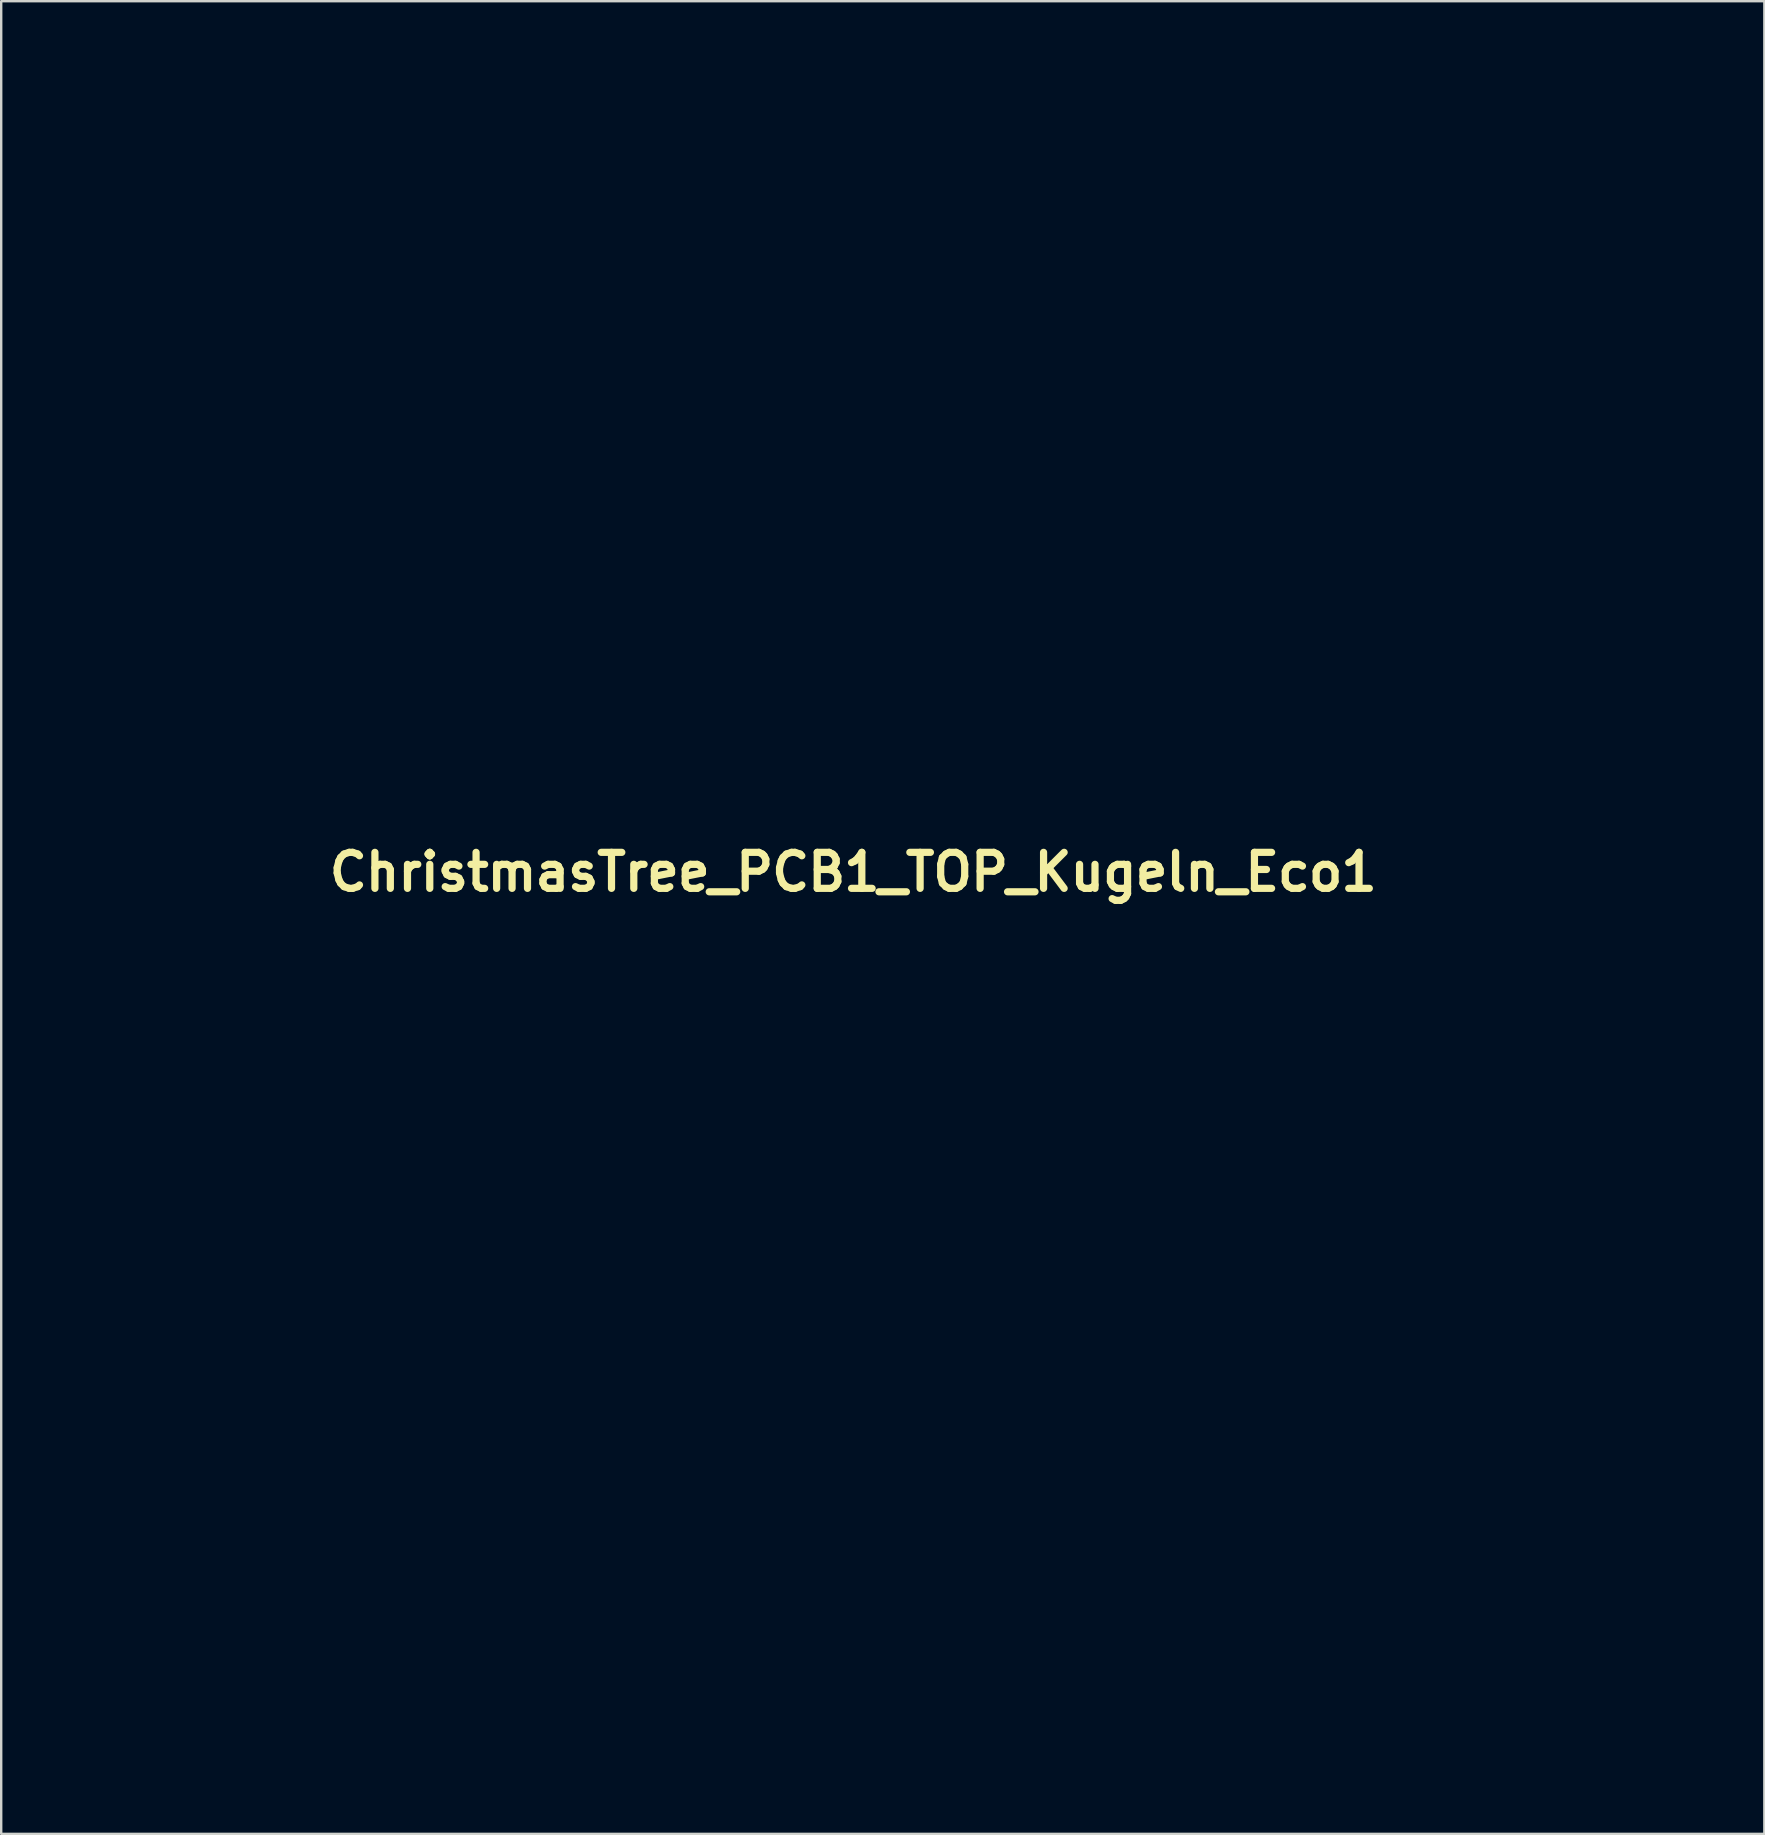
<source format=kicad_pcb>
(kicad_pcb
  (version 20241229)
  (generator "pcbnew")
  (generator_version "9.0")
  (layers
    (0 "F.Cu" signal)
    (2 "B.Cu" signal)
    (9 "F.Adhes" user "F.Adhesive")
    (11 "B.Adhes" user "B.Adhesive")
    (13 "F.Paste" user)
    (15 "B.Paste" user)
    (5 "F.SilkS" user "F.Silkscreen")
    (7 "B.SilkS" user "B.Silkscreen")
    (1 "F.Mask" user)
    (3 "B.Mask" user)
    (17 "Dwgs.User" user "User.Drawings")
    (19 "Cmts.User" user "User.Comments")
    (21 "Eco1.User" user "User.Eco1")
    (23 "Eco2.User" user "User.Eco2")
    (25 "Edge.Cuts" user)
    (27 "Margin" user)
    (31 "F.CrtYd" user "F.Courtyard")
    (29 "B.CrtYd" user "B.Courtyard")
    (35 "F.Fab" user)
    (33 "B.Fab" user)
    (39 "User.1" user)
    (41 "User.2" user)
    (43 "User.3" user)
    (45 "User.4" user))
  (footprint "ChristmasTree_PCB1_TOP_Kugeln_Eco1"
    (layer "F.Cu")
    (at 32.498 33.282)
    (property "Reference" "ChristmasTree_PCB1_TOP_Kugeln_Eco1" (at 0 0 0) (layer "F.SilkS") (effects (font (size 1.5 1.5) (thickness 0.3))))
    (attr board_only exclude_from_pos_files exclude_from_bom)
    (fp_poly (pts (xy 19.573 -24.52) (xy 19.573 -23.046) (xy 18.134 -23.046) (xy 16.696 -23.046) (xy 16.696 -24.52) (xy 16.696 -25.995) (xy 18.134 -25.995) (xy 19.573 -25.995)) (stroke (width 0) (type solid)) (fill yes) (layer "F.Mask"))
    (fp_poly (pts (xy -27.56 34.2) (xy -27.55 34.294) (xy -27.547 34.387) (xy -27.55 34.426) (xy -27.556 34.501) (xy -27.561 34.6) (xy -27.563 34.681) (xy -27.568 34.778) (xy -27.58 34.831) (xy -27.592 34.842) (xy -27.604 34.827) (xy -27.61 34.779) (xy -27.609 34.692) (xy -27.604 34.588) (xy -27.597 34.466) (xy -27.591 34.345) (xy -27.586 34.244) (xy -27.585 34.202) (xy -27.582 34.069)) (stroke (width 0) (type solid)) (fill yes) (layer "F.Mask"))
    (fp_poly (pts (xy -10.906 -15.407) (xy -10.884 -15.382) (xy -10.86 -15.325) (xy -10.84 -15.247) (xy -10.834 -15.215) (xy -10.818 -15.102) (xy -10.992 -14.914) (xy -11.064 -14.838) (xy -11.125 -14.775) (xy -11.167 -14.735) (xy -11.182 -14.724) (xy -11.203 -14.74) (xy -11.248 -14.784) (xy -11.31 -14.848) (xy -11.357 -14.9) (xy -11.517 -15.079) (xy -11.384 -15.21) (xy -11.269 -15.311) (xy -11.157 -15.382) (xy -11.056 -15.423) (xy -10.97 -15.432)) (stroke (width 0) (type solid)) (fill yes) (layer "F.Mask"))
    (fp_poly (pts (xy -15.337 -13.699) (xy -15.27 -13.625) (xy -15.215 -13.56) (xy -15.18 -13.516) (xy -15.174 -13.507) (xy -15.171 -13.484) (xy -15.187 -13.455) (xy -15.227 -13.413) (xy -15.296 -13.356) (xy -15.397 -13.278) (xy -15.464 -13.229) (xy -15.554 -13.187) (xy -15.653 -13.177) (xy -15.742 -13.2) (xy -15.763 -13.213) (xy -15.808 -13.271) (xy -15.818 -13.352) (xy -15.797 -13.45) (xy -15.745 -13.558) (xy -15.666 -13.667) (xy -15.602 -13.735) (xy -15.479 -13.853)) (stroke (width 0) (type solid)) (fill yes) (layer "F.Mask"))
    (fp_poly (pts (xy -12.353 -16.779) (xy -12.291 -16.753) (xy -12.289 -16.752) (xy -12.224 -16.713) (xy -12.194 -16.674) (xy -12.19 -16.617) (xy -12.194 -16.58) (xy -12.23 -16.459) (xy -12.307 -16.331) (xy -12.42 -16.201) (xy -12.423 -16.198) (xy -12.531 -16.093) (xy -12.698 -16.268) (xy -12.771 -16.345) (xy -12.818 -16.401) (xy -12.836 -16.444) (xy -12.824 -16.485) (xy -12.781 -16.532) (xy -12.704 -16.596) (xy -12.633 -16.652) (xy -12.537 -16.725) (xy -12.466 -16.768) (xy -12.408 -16.785)) (stroke (width 0) (type solid)) (fill yes) (layer "F.Mask"))
    (fp_poly (pts (xy -11.633 -16.11) (xy -11.565 -16.062) (xy -11.524 -15.976) (xy -11.511 -15.863) (xy -11.514 -15.811) (xy -11.525 -15.767) (xy -11.551 -15.722) (xy -11.599 -15.663) (xy -11.672 -15.583) (xy -11.74 -15.51) (xy -11.797 -15.453) (xy -11.834 -15.419) (xy -11.844 -15.413) (xy -11.874 -15.423) (xy -11.883 -15.426) (xy -11.91 -15.448) (xy -11.96 -15.497) (xy -12.023 -15.565) (xy -12.056 -15.601) (xy -12.201 -15.764) (xy -12.076 -15.887) (xy -11.97 -15.978) (xy -11.862 -16.049) (xy -11.761 -16.097) (xy -11.676 -16.115)) (stroke (width 0) (type solid)) (fill yes) (layer "F.Mask"))
    (fp_poly (pts (xy -15.993 -14.379) (xy -15.926 -14.305) (xy -15.874 -14.241) (xy -15.844 -14.198) (xy -15.839 -14.186) (xy -15.858 -14.148) (xy -15.907 -14.094) (xy -15.976 -14.032) (xy -16.055 -13.97) (xy -16.134 -13.918) (xy -16.202 -13.883) (xy -16.211 -13.88) (xy -16.294 -13.853) (xy -16.346 -13.844) (xy -16.384 -13.851) (xy -16.42 -13.873) (xy -16.449 -13.914) (xy -16.475 -13.982) (xy -16.483 -14.017) (xy -16.492 -14.091) (xy -16.485 -14.154) (xy -16.456 -14.216) (xy -16.402 -14.286) (xy -16.317 -14.375) (xy -16.292 -14.4) (xy -16.146 -14.543)) (stroke (width 0) (type solid)) (fill yes) (layer "F.Mask"))
    (fp_poly (pts (xy -13.448 -11.787) (xy -13.41 -11.765) (xy -13.351 -11.717) (xy -13.266 -11.641) (xy -13.233 -11.611) (xy -13.069 -11.462) (xy -13.25 -11.284) (xy -13.326 -11.212) (xy -13.391 -11.154) (xy -13.436 -11.118) (xy -13.452 -11.11) (xy -13.486 -11.115) (xy -13.55 -11.124) (xy -13.588 -11.129) (xy -13.682 -11.157) (xy -13.753 -11.206) (xy -13.79 -11.269) (xy -13.793 -11.292) (xy -13.777 -11.364) (xy -13.728 -11.457) (xy -13.653 -11.561) (xy -13.609 -11.612) (xy -13.55 -11.68) (xy -13.504 -11.737) (xy -13.481 -11.771) (xy -13.481 -11.773) (xy -13.469 -11.789)) (stroke (width 0) (type solid)) (fill yes) (layer "F.Mask"))
    (fp_poly (pts (xy -14.639 -13.01) (xy -14.566 -12.936) (xy -14.509 -12.874) (xy -14.474 -12.832) (xy -14.466 -12.818) (xy -14.491 -12.786) (xy -14.542 -12.736) (xy -14.611 -12.675) (xy -14.686 -12.613) (xy -14.758 -12.555) (xy -14.818 -12.512) (xy -14.855 -12.491) (xy -14.86 -12.49) (xy -14.91 -12.495) (xy -14.979 -12.502) (xy -14.987 -12.503) (xy -15.056 -12.521) (xy -15.111 -12.554) (xy -15.114 -12.557) (xy -15.137 -12.59) (xy -15.143 -12.629) (xy -15.133 -12.691) (xy -15.126 -12.722) (xy -15.1 -12.803) (xy -15.059 -12.884) (xy -14.995 -12.976) (xy -14.904 -13.089) (xy -14.891 -13.104) (xy -14.819 -13.188)) (stroke (width 0) (type solid)) (fill yes) (layer "F.Mask"))
    (fp_poly (pts (xy -12.973 -17.434) (xy -12.932 -17.41) (xy -12.888 -17.367) (xy -12.87 -17.32) (xy -12.875 -17.255) (xy -12.891 -17.192) (xy -12.915 -17.14) (xy -12.961 -17.07) (xy -13.02 -16.99) (xy -13.084 -16.913) (xy -13.144 -16.847) (xy -13.192 -16.805) (xy -13.209 -16.796) (xy -13.236 -16.809) (xy -13.287 -16.849) (xy -13.354 -16.91) (xy -13.396 -16.951) (xy -13.465 -17.023) (xy -13.519 -17.084) (xy -13.55 -17.125) (xy -13.555 -17.136) (xy -13.536 -17.161) (xy -13.489 -17.201) (xy -13.454 -17.225) (xy -13.372 -17.283) (xy -13.289 -17.346) (xy -13.268 -17.364) (xy -13.166 -17.428) (xy -13.065 -17.452)) (stroke (width 0) (type solid)) (fill yes) (layer "F.Mask"))
    (fp_poly (pts (xy -14.084 -12.469) (xy -14.036 -12.428) (xy -13.975 -12.368) (xy -13.91 -12.3) (xy -13.848 -12.231) (xy -13.797 -12.17) (xy -13.767 -12.125) (xy -13.762 -12.106) (xy -13.788 -12.083) (xy -13.84 -12.037) (xy -13.907 -11.976) (xy -13.931 -11.954) (xy -14.005 -11.888) (xy -14.059 -11.849) (xy -14.105 -11.828) (xy -14.156 -11.821) (xy -14.204 -11.821) (xy -14.284 -11.826) (xy -14.349 -11.837) (xy -14.371 -11.846) (xy -14.433 -11.908) (xy -14.461 -11.992) (xy -14.451 -12.08) (xy -14.426 -12.13) (xy -14.379 -12.199) (xy -14.319 -12.277) (xy -14.253 -12.354) (xy -14.192 -12.421) (xy -14.141 -12.467) (xy -14.112 -12.484)) (stroke (width 0) (type solid)) (fill yes) (layer "F.Mask"))
    (fp_poly (pts (xy -10.26 -14.774) (xy -10.226 -14.714) (xy -10.19 -14.638) (xy -10.16 -14.558) (xy -10.144 -14.501) (xy -10.144 -14.432) (xy -10.159 -14.382) (xy -10.185 -14.344) (xy -10.233 -14.287) (xy -10.294 -14.219) (xy -10.358 -14.151) (xy -10.417 -14.09) (xy -10.463 -14.048) (xy -10.486 -14.032) (xy -10.507 -14.048) (xy -10.552 -14.093) (xy -10.612 -14.157) (xy -10.643 -14.191) (xy -10.728 -14.285) (xy -10.784 -14.351) (xy -10.813 -14.398) (xy -10.814 -14.432) (xy -10.789 -14.462) (xy -10.739 -14.498) (xy -10.686 -14.533) (xy -10.592 -14.597) (xy -10.497 -14.666) (xy -10.422 -14.725) (xy -10.36 -14.77) (xy -10.309 -14.798) (xy -10.286 -14.802)) (stroke (width 0) (type solid)) (fill yes) (layer "F.Mask"))
    (fp_poly (pts (xy -26.5 31.566) (xy -24.484 31.572) (xy -24.477 31.7) (xy -24.478 31.793) (xy -24.494 31.842) (xy -24.501 31.848) (xy -24.529 31.851) (xy -24.601 31.854) (xy -24.713 31.857) (xy -24.863 31.86) (xy -25.045 31.862) (xy -25.257 31.864) (xy -25.496 31.866) (xy -25.756 31.867) (xy -26.036 31.868) (xy -26.331 31.868) (xy -26.495 31.869) (xy -26.867 31.868) (xy -27.194 31.868) (xy -27.478 31.867) (xy -27.721 31.866) (xy -27.926 31.864) (xy -28.095 31.862) (xy -28.23 31.859) (xy -28.335 31.856) (xy -28.41 31.852) (xy -28.459 31.848) (xy -28.484 31.842) (xy -28.487 31.84) (xy -28.503 31.802) (xy -28.514 31.734) (xy -28.516 31.686) (xy -28.516 31.559)) (stroke (width 0) (type solid)) (fill yes) (layer "F.Mask"))
    (fp_poly (pts (xy 28.688 1.18) (xy 28.726 1.188) (xy 28.774 1.199) (xy 28.821 1.208) (xy 28.874 1.215) (xy 28.938 1.22) (xy 29.019 1.224) (xy 29.123 1.227) (xy 29.254 1.229) (xy 29.42 1.231) (xy 29.624 1.232) (xy 29.735 1.233) (xy 30.42 1.237) (xy 30.413 1.54) (xy 30.406 1.843) (xy 29.619 1.855) (xy 29.364 1.86) (xy 29.156 1.865) (xy 28.995 1.872) (xy 28.882 1.879) (xy 28.816 1.888) (xy 28.799 1.893) (xy 28.755 1.914) (xy 28.692 1.93) (xy 28.629 1.939) (xy 28.585 1.936) (xy 28.577 1.932) (xy 28.57 1.902) (xy 28.565 1.836) (xy 28.563 1.742) (xy 28.562 1.632) (xy 28.564 1.515) (xy 28.567 1.401) (xy 28.571 1.301) (xy 28.577 1.225) (xy 28.585 1.182) (xy 28.588 1.177) (xy 28.624 1.173)) (stroke (width 0) (type solid)) (fill yes) (layer "F.Mask"))
    (fp_poly (pts (xy -27.776 34.061) (xy -27.671 34.069) (xy -27.671 34.461) (xy -27.671 34.606) (xy -27.67 34.71) (xy -27.667 34.78) (xy -27.661 34.824) (xy -27.651 34.847) (xy -27.637 34.857) (xy -27.618 34.861) (xy -27.576 34.879) (xy -27.568 34.918) (xy -27.592 34.985) (xy -27.6 35) (xy -27.622 35.067) (xy -27.635 35.152) (xy -27.636 35.175) (xy -27.64 35.266) (xy -27.648 35.355) (xy -27.651 35.371) (xy -27.664 35.429) (xy -27.688 35.454) (xy -27.74 35.46) (xy -27.758 35.46) (xy -27.85 35.46) (xy -27.85 35.281) (xy -27.856 35.162) (xy -27.872 35.06) (xy -27.886 35.014) (xy -27.899 34.962) (xy -27.91 34.875) (xy -27.918 34.763) (xy -27.924 34.637) (xy -27.928 34.504) (xy -27.929 34.375) (xy -27.926 34.258) (xy -27.921 34.163) (xy -27.913 34.1) (xy -27.905 34.079) (xy -27.867 34.065) (xy -27.803 34.06)) (stroke (width 0) (type solid)) (fill yes) (layer "F.Mask"))
    (fp_poly (pts (xy -27.114 31.967) (xy -26.833 31.968) (xy -26.538 31.969) (xy -26.428 31.969) (xy -26.076 31.97) (xy -25.768 31.971) (xy -25.502 31.972) (xy -25.275 31.973) (xy -25.083 31.975) (xy -24.924 31.978) (xy -24.795 31.983) (xy -24.692 31.988) (xy -24.613 31.996) (xy -24.555 32.006) (xy -24.515 32.018) (xy -24.489 32.033) (xy -24.475 32.052) (xy -24.47 32.073) (xy -24.471 32.098) (xy -24.474 32.128) (xy -24.478 32.161) (xy -24.478 32.166) (xy -24.484 32.285) (xy -26.487 32.291) (xy -26.842 32.292) (xy -27.152 32.293) (xy -27.421 32.294) (xy -27.652 32.294) (xy -27.846 32.294) (xy -28.009 32.293) (xy -28.142 32.292) (xy -28.249 32.29) (xy -28.332 32.287) (xy -28.395 32.284) (xy -28.441 32.28) (xy -28.472 32.276) (xy -28.493 32.27) (xy -28.505 32.263) (xy -28.512 32.256) (xy -28.515 32.251) (xy -28.539 32.167) (xy -28.528 32.085) (xy -28.488 32.017) (xy -28.422 31.978) (xy -28.411 31.975) (xy -28.376 31.973) (xy -28.297 31.972) (xy -28.178 31.97) (xy -28.023 31.969) (xy -27.836 31.968) (xy -27.619 31.968) (xy -27.377 31.967)) (stroke (width 0) (type solid)) (fill yes) (layer "F.Mask"))
    (fp_poly (pts (xy 18.337 -22.495) (xy 18.336 -22.332) (xy 18.333 -22.21) (xy 18.328 -22.123) (xy 18.32 -22.066) (xy 18.309 -22.033) (xy 18.303 -22.025) (xy 18.295 -22.008) (xy 18.289 -21.976) (xy 18.283 -21.924) (xy 18.277 -21.848) (xy 18.273 -21.745) (xy 18.268 -21.612) (xy 18.264 -21.445) (xy 18.261 -21.24) (xy 18.257 -20.993) (xy 18.254 -20.786) (xy 18.25 -20.55) (xy 18.247 -20.329) (xy 18.243 -20.125) (xy 18.239 -19.944) (xy 18.236 -19.792) (xy 18.232 -19.671) (xy 18.229 -19.588) (xy 18.227 -19.547) (xy 18.226 -19.543) (xy 18.196 -19.509) (xy 18.144 -19.501) (xy 18.089 -19.516) (xy 18.047 -19.554) (xy 18.046 -19.555) (xy 18.039 -19.577) (xy 18.033 -19.618) (xy 18.028 -19.682) (xy 18.025 -19.771) (xy 18.023 -19.89) (xy 18.022 -20.041) (xy 18.021 -20.229) (xy 18.022 -20.457) (xy 18.024 -20.727) (xy 18.024 -20.801) (xy 18.033 -21.992) (xy 17.977 -22.032) (xy 17.957 -22.047) (xy 17.942 -22.066) (xy 17.932 -22.095) (xy 17.925 -22.142) (xy 17.922 -22.213) (xy 17.921 -22.316) (xy 17.92 -22.458) (xy 17.92 -22.493) (xy 17.92 -22.915) (xy 18.128 -22.922) (xy 18.337 -22.928)) (stroke (width 0) (type solid)) (fill yes) (layer "F.Mask"))
    (fp_poly (pts (xy 19.573 -27.017) (xy 19.573 -26.185) (xy 19.508 -26.186) (xy 19.472 -26.186) (xy 19.394 -26.186) (xy 19.277 -26.185) (xy 19.126 -26.184) (xy 18.945 -26.183) (xy 18.739 -26.181) (xy 18.512 -26.179) (xy 18.268 -26.177) (xy 18.072 -26.176) (xy 17.821 -26.174) (xy 17.584 -26.172) (xy 17.366 -26.172) (xy 17.171 -26.171) (xy 17.003 -26.172) (xy 16.866 -26.173) (xy 16.765 -26.174) (xy 16.704 -26.176) (xy 16.686 -26.178) (xy 16.683 -26.205) (xy 16.68 -26.273) (xy 16.677 -26.378) (xy 16.675 -26.514) (xy 16.673 -26.675) (xy 16.672 -26.857) (xy 16.672 -26.992) (xy 17.67 -26.992) (xy 17.699 -26.858) (xy 17.748 -26.766) (xy 17.849 -26.651) (xy 17.966 -26.578) (xy 18.093 -26.547) (xy 18.224 -26.56) (xy 18.353 -26.618) (xy 18.368 -26.628) (xy 18.477 -26.73) (xy 18.545 -26.855) (xy 18.57 -27) (xy 18.568 -27.047) (xy 18.539 -27.18) (xy 18.475 -27.292) (xy 18.384 -27.38) (xy 18.275 -27.44) (xy 18.154 -27.468) (xy 18.031 -27.461) (xy 17.912 -27.416) (xy 17.847 -27.369) (xy 17.745 -27.253) (xy 17.686 -27.125) (xy 17.67 -26.992) (xy 16.672 -26.992) (xy 16.672 -27.021) (xy 16.672 -27.85) (xy 18.122 -27.85) (xy 19.573 -27.85)) (stroke (width 0) (type solid)) (fill yes) (layer "F.Mask"))
    (fp_poly (pts (xy -24.996 34.473) (xy -24.995 34.642) (xy -24.991 34.765) (xy -24.985 34.844) (xy -24.976 34.881) (xy -24.97 34.885) (xy -24.959 34.858) (xy -24.949 34.786) (xy -24.94 34.673) (xy -24.933 34.522) (xy -24.932 34.484) (xy -24.925 34.312) (xy -24.917 34.187) (xy -24.909 34.109) (xy -24.9 34.078) (xy -24.892 34.093) (xy -24.885 34.154) (xy -24.88 34.26) (xy -24.877 34.412) (xy -24.877 34.515) (xy -24.877 34.68) (xy -24.879 34.804) (xy -24.883 34.892) (xy -24.889 34.95) (xy -24.898 34.984) (xy -24.91 35) (xy -24.911 35.001) (xy -24.93 35.027) (xy -24.943 35.083) (xy -24.951 35.176) (xy -24.953 35.235) (xy -24.96 35.448) (xy -25.046 35.455) (xy -25.112 35.453) (xy -25.144 35.43) (xy -25.147 35.424) (xy -25.154 35.383) (xy -25.159 35.308) (xy -25.162 35.215) (xy -25.162 35.187) (xy -25.166 35.072) (xy -25.176 35.003) (xy -25.191 34.979) (xy -25.201 34.962) (xy -25.209 34.916) (xy -25.213 34.837) (xy -25.214 34.721) (xy -25.213 34.562) (xy -25.213 34.531) (xy -25.21 34.392) (xy -25.208 34.271) (xy -25.205 34.175) (xy -25.203 34.112) (xy -25.202 34.089) (xy -25.178 34.084) (xy -25.124 34.074) (xy -25.097 34.069) (xy -24.996 34.053)) (stroke (width 0) (type solid)) (fill yes) (layer "F.Mask"))
    (fp_poly (pts (xy -26.505 28.14) (xy -26.237 28.141) (xy -25.973 28.142) (xy -25.718 28.143) (xy -25.475 28.144) (xy -25.249 28.146) (xy -25.044 28.149) (xy -24.864 28.151) (xy -24.714 28.154) (xy -24.597 28.157) (xy -24.519 28.161) (xy -24.483 28.165) (xy -24.482 28.165) (xy -24.471 28.198) (xy -24.463 28.261) (xy -24.462 28.295) (xy -24.465 28.367) (xy -24.48 28.408) (xy -24.515 28.434) (xy -24.52 28.437) (xy -24.54 28.443) (xy -24.579 28.447) (xy -24.639 28.452) (xy -24.722 28.455) (xy -24.832 28.458) (xy -24.972 28.461) (xy -25.143 28.463) (xy -25.349 28.464) (xy -25.592 28.465) (xy -25.874 28.465) (xy -26.2 28.465) (xy -26.506 28.465) (xy -26.805 28.464) (xy -27.091 28.464) (xy -27.36 28.463) (xy -27.609 28.462) (xy -27.833 28.46) (xy -28.029 28.459) (xy -28.194 28.458) (xy -28.324 28.456) (xy -28.416 28.454) (xy -28.465 28.453) (xy -28.472 28.452) (xy -28.507 28.421) (xy -28.527 28.36) (xy -28.53 28.287) (xy -28.516 28.215) (xy -28.484 28.163) (xy -28.48 28.159) (xy -28.452 28.155) (xy -28.381 28.152) (xy -28.271 28.149) (xy -28.127 28.147) (xy -27.952 28.144) (xy -27.751 28.143) (xy -27.528 28.141) (xy -27.288 28.141) (xy -27.034 28.14) (xy -26.772 28.14)) (stroke (width 0) (type solid)) (fill yes) (layer "F.Mask"))
    (fp_poly (pts (xy -26.154 30.252) (xy -25.846 30.252) (xy -25.58 30.252) (xy -25.351 30.253) (xy -25.158 30.255) (xy -24.997 30.257) (xy -24.864 30.26) (xy -24.758 30.264) (xy -24.674 30.268) (xy -24.609 30.275) (xy -24.562 30.282) (xy -24.527 30.291) (xy -24.503 30.301) (xy -24.486 30.313) (xy -24.472 30.327) (xy -24.466 30.335) (xy -24.457 30.376) (xy -24.459 30.441) (xy -24.471 30.509) (xy -24.49 30.561) (xy -24.497 30.572) (xy -24.524 30.577) (xy -24.594 30.581) (xy -24.707 30.586) (xy -24.865 30.59) (xy -25.067 30.593) (xy -25.314 30.596) (xy -25.607 30.598) (xy -25.946 30.601) (xy -26.332 30.602) (xy -26.494 30.603) (xy -28.465 30.609) (xy -28.502 30.556) (xy -28.536 30.47) (xy -28.527 30.381) (xy -28.517 30.367) (xy -25.605 30.367) (xy -25.577 30.375) (xy -25.511 30.381) (xy -25.416 30.386) (xy -25.302 30.39) (xy -25.178 30.392) (xy -25.053 30.392) (xy -24.936 30.39) (xy -24.837 30.386) (xy -24.766 30.38) (xy -24.734 30.374) (xy -24.727 30.365) (xy -24.757 30.358) (xy -24.825 30.353) (xy -24.934 30.35) (xy -25.088 30.349) (xy -25.146 30.348) (xy -25.289 30.349) (xy -25.413 30.351) (xy -25.511 30.355) (xy -25.578 30.36) (xy -25.605 30.365) (xy -25.605 30.367) (xy -28.517 30.367) (xy -28.481 30.31) (xy -28.423 30.252) (xy -26.507 30.252)) (stroke (width 0) (type solid)) (fill yes) (layer "F.Mask"))
    (fp_poly (pts (xy -26.464 29.853) (xy -24.484 29.859) (xy -24.484 30) (xy -24.486 30.079) (xy -24.494 30.124) (xy -24.514 30.146) (xy -24.552 30.16) (xy -24.556 30.161) (xy -24.595 30.165) (xy -24.679 30.169) (xy -24.804 30.171) (xy -24.966 30.173) (xy -25.163 30.174) (xy -25.391 30.175) (xy -25.647 30.174) (xy -25.928 30.173) (xy -26.23 30.172) (xy -26.55 30.169) (xy -26.885 30.166) (xy -27.232 30.162) (xy -27.586 30.158) (xy -27.659 30.157) (xy -28.504 30.145) (xy -28.511 30.054) (xy -28.506 29.978) (xy -25.4 29.978) (xy -25.388 29.99) (xy -25.379 29.981) (xy -25.283 29.981) (xy -25.25 29.984) (xy -25.234 29.985) (xy -25.19 29.982) (xy -25.187 29.978) (xy -25.068 29.978) (xy -25.045 29.981) (xy -24.985 29.983) (xy -24.984 29.983) (xy -24.921 29.981) (xy -24.893 29.978) (xy -24.906 29.973) (xy -24.978 29.969) (xy -25.049 29.973) (xy -25.068 29.978) (xy -25.187 29.978) (xy -25.185 29.976) (xy -25.192 29.974) (xy -25.252 29.97) (xy -25.275 29.974) (xy -25.283 29.981) (xy -25.379 29.981) (xy -25.376 29.978) (xy -25.388 29.966) (xy -24.829 29.966) (xy -24.821 29.986) (xy -24.813 29.982) (xy -24.811 29.954) (xy -24.813 29.95) (xy -24.827 29.954) (xy -24.829 29.966) (xy -25.388 29.966) (xy -25.4 29.978) (xy -28.506 29.978) (xy -28.505 29.965) (xy -28.481 29.905) (xy -28.443 29.847)) (stroke (width 0) (type solid)) (fill yes) (layer "F.Mask"))
    (fp_poly (pts (xy -24.472 30.841) (xy -24.477 30.934) (xy -24.492 30.991) (xy -24.502 31.005) (xy -24.522 31.01) (xy -24.567 31.014) (xy -24.637 31.017) (xy -24.736 31.02) (xy -24.865 31.022) (xy -25.027 31.023) (xy -25.223 31.024) (xy -25.455 31.023) (xy -25.725 31.022) (xy -26.036 31.021) (xy -26.389 31.018) (xy -26.786 31.015) (xy -27.053 31.013) (xy -28.504 31.001) (xy -28.504 30.858) (xy -28.504 30.715) (xy -27.071 30.709) (xy -26.774 30.708) (xy -26.522 30.707) (xy -26.31 30.707) (xy -26.135 30.707) (xy -25.993 30.707) (xy -25.881 30.709) (xy -25.796 30.711) (xy -25.733 30.714) (xy -25.69 30.718) (xy -25.662 30.724) (xy -25.646 30.73) (xy -25.64 30.738) (xy -25.638 30.747) (xy -25.638 30.751) (xy -25.635 30.772) (xy -25.619 30.786) (xy -25.583 30.794) (xy -25.519 30.798) (xy -25.416 30.8) (xy -25.394 30.8) (xy -25.251 30.802) (xy -25.109 30.806) (xy -24.979 30.813) (xy -24.869 30.821) (xy -24.79 30.829) (xy -24.758 30.836) (xy -24.744 30.834) (xy -24.768 30.811) (xy -24.816 30.79) (xy -24.898 30.778) (xy -25.021 30.772) (xy -25.03 30.772) (xy -25.156 30.768) (xy -25.291 30.762) (xy -25.408 30.753) (xy -25.424 30.752) (xy -25.602 30.735) (xy -25.376 30.731) (xy -25.263 30.728) (xy -25.121 30.724) (xy -24.967 30.718) (xy -24.818 30.712) (xy -24.811 30.712) (xy -24.472 30.696)) (stroke (width 0) (type solid)) (fill yes) (layer "F.Mask"))
    (fp_poly (pts (xy 17.367 -22.926) (xy 17.431 -22.923) (xy 17.467 -22.914) (xy 17.484 -22.896) (xy 17.494 -22.868) (xy 17.495 -22.864) (xy 17.502 -22.809) (xy 17.504 -22.72) (xy 17.502 -22.609) (xy 17.497 -22.486) (xy 17.49 -22.359) (xy 17.48 -22.24) (xy 17.469 -22.137) (xy 17.457 -22.062) (xy 17.445 -22.024) (xy 17.444 -22.023) (xy 17.437 -22.006) (xy 17.43 -21.973) (xy 17.425 -21.92) (xy 17.42 -21.843) (xy 17.416 -21.738) (xy 17.413 -21.602) (xy 17.41 -21.432) (xy 17.407 -21.223) (xy 17.405 -20.973) (xy 17.404 -20.786) (xy 17.402 -20.55) (xy 17.4 -20.328) (xy 17.397 -20.125) (xy 17.393 -19.944) (xy 17.389 -19.791) (xy 17.385 -19.671) (xy 17.381 -19.588) (xy 17.377 -19.547) (xy 17.376 -19.543) (xy 17.336 -19.51) (xy 17.289 -19.502) (xy 17.242 -19.509) (xy 17.214 -19.539) (xy 17.196 -19.591) (xy 17.19 -19.638) (xy 17.185 -19.73) (xy 17.18 -19.866) (xy 17.177 -20.042) (xy 17.174 -20.257) (xy 17.172 -20.509) (xy 17.171 -20.794) (xy 17.171 -20.852) (xy 17.171 -21.118) (xy 17.171 -21.34) (xy 17.17 -21.523) (xy 17.169 -21.67) (xy 17.167 -21.785) (xy 17.165 -21.871) (xy 17.161 -21.934) (xy 17.156 -21.977) (xy 17.15 -22.003) (xy 17.143 -22.017) (xy 17.134 -22.022) (xy 17.126 -22.023) (xy 17.081 -22.04) (xy 17.067 -22.06) (xy 17.062 -22.096) (xy 17.058 -22.17) (xy 17.055 -22.275) (xy 17.053 -22.401) (xy 17.052 -22.512) (xy 17.052 -22.927) (xy 17.266 -22.927)) (stroke (width 0) (type solid)) (fill yes) (layer "F.Mask"))
    (fp_poly (pts (xy 19.125 -22.936) (xy 19.163 -22.933) (xy 19.24 -22.921) (xy 19.24 -22.496) (xy 19.24 -22.344) (xy 19.239 -22.232) (xy 19.235 -22.154) (xy 19.23 -22.103) (xy 19.221 -22.071) (xy 19.207 -22.052) (xy 19.193 -22.041) (xy 19.182 -22.033) (xy 19.173 -22.021) (xy 19.165 -22.001) (xy 19.159 -21.969) (xy 19.155 -21.921) (xy 19.151 -21.853) (xy 19.148 -21.76) (xy 19.146 -21.639) (xy 19.145 -21.486) (xy 19.145 -21.297) (xy 19.144 -21.067) (xy 19.144 -20.858) (xy 19.143 -20.625) (xy 19.142 -20.403) (xy 19.14 -20.199) (xy 19.138 -20.017) (xy 19.135 -19.861) (xy 19.132 -19.738) (xy 19.129 -19.653) (xy 19.126 -19.61) (xy 19.126 -19.609) (xy 19.103 -19.538) (xy 19.064 -19.509) (xy 19.003 -19.518) (xy 19.002 -19.518) (xy 18.981 -19.527) (xy 18.964 -19.538) (xy 18.949 -19.557) (xy 18.937 -19.586) (xy 18.928 -19.631) (xy 18.921 -19.693) (xy 18.915 -19.779) (xy 18.912 -19.891) (xy 18.909 -20.033) (xy 18.908 -20.21) (xy 18.907 -20.424) (xy 18.907 -20.681) (xy 18.907 -20.799) (xy 18.907 -21.068) (xy 18.907 -21.293) (xy 18.906 -21.479) (xy 18.905 -21.629) (xy 18.903 -21.748) (xy 18.901 -21.839) (xy 18.897 -21.907) (xy 18.892 -21.955) (xy 18.886 -21.989) (xy 18.879 -22.01) (xy 18.87 -22.024) (xy 18.86 -22.035) (xy 18.843 -22.053) (xy 18.83 -22.078) (xy 18.822 -22.117) (xy 18.816 -22.176) (xy 18.813 -22.263) (xy 18.812 -22.386) (xy 18.812 -22.499) (xy 18.812 -22.92) (xy 18.949 -22.932) (xy 19.04 -22.937)) (stroke (width 0) (type solid)) (fill yes) (layer "F.Mask"))
    (fp_poly (pts (xy -25.755 29.4) (xy -25.517 29.401) (xy -25.297 29.402) (xy -25.098 29.403) (xy -24.925 29.406) (xy -24.782 29.408) (xy -24.674 29.412) (xy -24.605 29.415) (xy -24.579 29.42) (xy -24.546 29.44) (xy -24.521 29.443) (xy -24.478 29.463) (xy -24.453 29.513) (xy -24.448 29.579) (xy -24.463 29.647) (xy -24.5 29.703) (xy -24.501 29.704) (xy -24.511 29.712) (xy -24.523 29.72) (xy -24.541 29.727) (xy -24.567 29.732) (xy -24.605 29.737) (xy -24.658 29.741) (xy -24.729 29.744) (xy -24.82 29.746) (xy -24.936 29.748) (xy -25.079 29.75) (xy -25.252 29.751) (xy -25.458 29.752) (xy -25.701 29.752) (xy -25.983 29.752) (xy -26.308 29.752) (xy -26.521 29.752) (xy -28.489 29.752) (xy -28.505 29.701) (xy -28.517 29.632) (xy -28.519 29.553) (xy -28.514 29.512) (xy -25.603 29.512) (xy -25.577 29.519) (xy -25.511 29.524) (xy -25.417 29.527) (xy -25.302 29.529) (xy -25.176 29.53) (xy -25.049 29.529) (xy -24.928 29.526) (xy -24.824 29.522) (xy -24.746 29.517) (xy -24.702 29.511) (xy -24.696 29.508) (xy -24.713 29.503) (xy -24.771 29.498) (xy -24.863 29.494) (xy -24.982 29.492) (xy -25.121 29.491) (xy -25.148 29.491) (xy -25.304 29.492) (xy -25.432 29.495) (xy -25.528 29.499) (xy -25.587 29.505) (xy -25.603 29.512) (xy -28.514 29.512) (xy -28.511 29.481) (xy -28.494 29.436) (xy -28.492 29.434) (xy -28.464 29.429) (xy -28.394 29.425) (xy -28.284 29.421) (xy -28.14 29.417) (xy -27.966 29.414) (xy -27.766 29.411) (xy -27.544 29.408) (xy -27.306 29.406) (xy -27.054 29.404) (xy -26.794 29.402) (xy -26.53 29.401) (xy -26.266 29.4) (xy -26.006 29.4)) (stroke (width 0) (type solid)) (fill yes) (layer "F.Mask"))
    (fp_poly (pts (xy -26.496 28.569) (xy -26.192 28.57) (xy -25.902 28.571) (xy -25.629 28.573) (xy -25.377 28.575) (xy -25.149 28.577) (xy -24.948 28.579) (xy -24.779 28.582) (xy -24.645 28.584) (xy -24.549 28.587) (xy -24.495 28.589) (xy -24.484 28.591) (xy -24.464 28.637) (xy -24.456 28.707) (xy -24.461 28.78) (xy -24.479 28.834) (xy -24.481 28.837) (xy -24.488 28.845) (xy -24.498 28.853) (xy -24.514 28.859) (xy -24.54 28.865) (xy -24.578 28.869) (xy -24.631 28.873) (xy -24.702 28.877) (xy -24.795 28.879) (xy -24.913 28.882) (xy -25.058 28.884) (xy -25.233 28.885) (xy -25.443 28.887) (xy -25.689 28.888) (xy -25.976 28.889) (xy -26.305 28.89) (xy -26.48 28.891) (xy -26.831 28.892) (xy -27.138 28.893) (xy -27.403 28.893) (xy -27.63 28.893) (xy -27.822 28.893) (xy -27.981 28.892) (xy -28.112 28.891) (xy -28.217 28.889) (xy -28.299 28.887) (xy -28.361 28.884) (xy -28.407 28.88) (xy -28.439 28.875) (xy -28.461 28.869) (xy -28.476 28.862) (xy -28.486 28.854) (xy -28.491 28.849) (xy -28.533 28.775) (xy -28.533 28.681) (xy -28.527 28.662) (xy -25.59 28.662) (xy -25.568 28.669) (xy -25.507 28.675) (xy -25.418 28.678) (xy -25.308 28.681) (xy -25.188 28.682) (xy -25.066 28.681) (xy -24.953 28.679) (xy -24.856 28.675) (xy -24.785 28.67) (xy -24.75 28.663) (xy -24.748 28.661) (xy -24.759 28.643) (xy -24.803 28.627) (xy -24.808 28.626) (xy -24.859 28.621) (xy -24.941 28.619) (xy -25.045 28.62) (xy -25.161 28.624) (xy -25.279 28.629) (xy -25.391 28.636) (xy -25.486 28.643) (xy -25.555 28.651) (xy -25.588 28.66) (xy -25.59 28.662) (xy -28.527 28.662) (xy -28.516 28.624) (xy -28.493 28.562)) (stroke (width 0) (type solid)) (fill yes) (layer "F.Mask"))
    (fp_poly (pts (xy -27.51 28.993) (xy -27.249 28.994) (xy -26.948 28.996) (xy -26.603 28.999) (xy -26.458 28.999) (xy -26.156 29.002) (xy -25.868 29.003) (xy -25.598 29.005) (xy -25.348 29.007) (xy -25.123 29.009) (xy -24.926 29.01) (xy -24.76 29.011) (xy -24.629 29.012) (xy -24.537 29.013) (xy -24.487 29.014) (xy -24.478 29.014) (xy -24.475 29.036) (xy -24.473 29.092) (xy -24.472 29.146) (xy -24.475 29.223) (xy -24.485 29.266) (xy -24.509 29.29) (xy -24.533 29.301) (xy -24.567 29.305) (xy -24.643 29.308) (xy -24.757 29.311) (xy -24.906 29.314) (xy -25.085 29.317) (xy -25.289 29.319) (xy -25.514 29.32) (xy -25.757 29.322) (xy -26.011 29.323) (xy -26.274 29.323) (xy -26.541 29.324) (xy -26.807 29.324) (xy -27.068 29.323) (xy -27.32 29.323) (xy -27.559 29.321) (xy -27.78 29.32) (xy -27.979 29.318) (xy -28.151 29.316) (xy -28.292 29.313) (xy -28.398 29.31) (xy -28.465 29.307) (xy -28.487 29.304) (xy -28.507 29.269) (xy -28.521 29.204) (xy -28.523 29.171) (xy -28.526 29.139) (xy -28.527 29.117) (xy -25.38 29.117) (xy -25.348 29.122) (xy -25.269 29.128) (xy -25.162 29.133) (xy -25.025 29.138) (xy -24.928 29.141) (xy -24.865 29.14) (xy -24.828 29.136) (xy -24.811 29.127) (xy -24.806 29.114) (xy -24.805 29.11) (xy -24.827 29.102) (xy -24.887 29.097) (xy -24.973 29.095) (xy -25.037 29.097) (xy -25.194 29.102) (xy -25.303 29.107) (xy -25.365 29.112) (xy -25.38 29.117) (xy -28.527 29.117) (xy -28.528 29.11) (xy -28.528 29.086) (xy -28.522 29.064) (xy -28.507 29.047) (xy -28.481 29.032) (xy -28.441 29.02) (xy -28.383 29.01) (xy -28.305 29.003) (xy -28.204 28.998) (xy -28.077 28.994) (xy -27.921 28.992) (xy -27.733 28.992)) (stroke (width 0) (type solid)) (fill yes) (layer "F.Mask"))
    (fp_poly (pts (xy -27.406 31.11) (xy -27.164 31.11) (xy -26.909 31.111) (xy -26.648 31.112) (xy -26.383 31.114) (xy -26.119 31.116) (xy -25.861 31.118) (xy -25.612 31.12) (xy -25.378 31.122) (xy -25.162 31.125) (xy -24.97 31.127) (xy -24.804 31.13) (xy -24.67 31.133) (xy -24.572 31.136) (xy -24.514 31.139) (xy -24.5 31.141) (xy -24.484 31.174) (xy -24.474 31.239) (xy -24.472 31.288) (xy -24.475 31.365) (xy -24.485 31.408) (xy -24.51 31.431) (xy -24.532 31.441) (xy -24.563 31.444) (xy -24.638 31.447) (xy -24.751 31.45) (xy -24.899 31.452) (xy -25.077 31.454) (xy -25.28 31.456) (xy -25.505 31.458) (xy -25.747 31.459) (xy -26.002 31.461) (xy -26.265 31.462) (xy -26.532 31.462) (xy -26.799 31.463) (xy -27.06 31.463) (xy -27.313 31.463) (xy -27.553 31.462) (xy -27.774 31.461) (xy -27.973 31.46) (xy -28.146 31.459) (xy -28.288 31.457) (xy -28.395 31.454) (xy -28.462 31.452) (xy -28.485 31.449) (xy -28.513 31.415) (xy -28.529 31.352) (xy -28.531 31.278) (xy -28.522 31.228) (xy -25.614 31.228) (xy -25.59 31.237) (xy -25.52 31.244) (xy -25.403 31.248) (xy -25.242 31.25) (xy -25.138 31.25) (xy -24.986 31.248) (xy -24.855 31.244) (xy -24.754 31.239) (xy -24.688 31.233) (xy -24.663 31.225) (xy -24.663 31.225) (xy -24.686 31.218) (xy -24.75 31.212) (xy -24.85 31.207) (xy -24.98 31.204) (xy -25.134 31.203) (xy -25.138 31.203) (xy -25.322 31.204) (xy -25.462 31.208) (xy -25.558 31.214) (xy -25.607 31.222) (xy -25.614 31.228) (xy -28.522 31.228) (xy -28.518 31.209) (xy -28.516 31.203) (xy -28.476 31.146) (xy -28.409 31.118) (xy -28.406 31.118) (xy -28.368 31.115) (xy -28.288 31.113) (xy -28.17 31.112) (xy -28.019 31.11) (xy -27.838 31.11) (xy -27.632 31.11)) (stroke (width 0) (type solid)) (fill yes) (layer "F.Mask"))
    (fp_poly (pts (xy -25.124 32.527) (xy -24.885 32.528) (xy -24.68 32.529) (xy -24.508 32.53) (xy -24.366 32.532) (xy -24.25 32.534) (xy -24.16 32.537) (xy -24.091 32.54) (xy -24.042 32.544) (xy -24.01 32.548) (xy -23.992 32.553) (xy -23.989 32.556) (xy -23.977 32.57) (xy -23.967 32.595) (xy -23.96 32.635) (xy -23.955 32.696) (xy -23.952 32.785) (xy -23.95 32.905) (xy -23.95 33.064) (xy -23.95 33.21) (xy -23.951 33.383) (xy -23.953 33.54) (xy -23.957 33.673) (xy -23.962 33.776) (xy -23.967 33.843) (xy -23.973 33.867) (xy -23.976 33.874) (xy -23.981 33.879) (xy -23.99 33.885) (xy -24.007 33.889) (xy -24.034 33.893) (xy -24.075 33.896) (xy -24.133 33.899) (xy -24.211 33.902) (xy -24.313 33.904) (xy -24.442 33.906) (xy -24.601 33.908) (xy -24.794 33.911) (xy -25.023 33.913) (xy -25.292 33.916) (xy -25.605 33.919) (xy -25.721 33.92) (xy -25.863 33.921) (xy -26.044 33.922) (xy -26.259 33.921) (xy -26.5 33.921) (xy -26.76 33.92) (xy -27.031 33.919) (xy -27.307 33.917) (xy -27.58 33.915) (xy -27.647 33.914) (xy -27.895 33.912) (xy -28.129 33.909) (xy -28.345 33.905) (xy -28.538 33.901) (xy -28.704 33.898) (xy -28.838 33.894) (xy -28.936 33.89) (xy -28.995 33.886) (xy -29.009 33.883) (xy -29.018 33.865) (xy -29.026 33.822) (xy -29.031 33.751) (xy -29.035 33.646) (xy -29.038 33.503) (xy -29.039 33.319) (xy -29.039 33.213) (xy -26.399 33.213) (xy -26.399 33.796) (xy -25.239 33.79) (xy -24.08 33.783) (xy -24.073 33.26) (xy -24.072 33.104) (xy -24.072 32.962) (xy -24.073 32.841) (xy -24.075 32.749) (xy -24.078 32.693) (xy -24.08 32.683) (xy -24.093 32.63) (xy -25.246 32.63) (xy -26.399 32.63) (xy -26.399 33.213) (xy -29.039 33.213) (xy -29.039 33.212) (xy -29.039 32.56) (xy -28.985 32.548) (xy -28.955 32.546) (xy -28.879 32.544) (xy -28.763 32.543) (xy -28.609 32.541) (xy -28.42 32.539) (xy -28.2 32.537) (xy -27.952 32.536) (xy -27.679 32.534) (xy -27.384 32.533) (xy -27.07 32.531) (xy -26.741 32.53) (xy -26.48 32.529) (xy -26.076 32.528) (xy -25.717 32.528) (xy -25.4 32.527)) (stroke (width 0) (type solid)) (fill yes) (layer "F.Mask"))
    (fp_poly (pts (xy -25.675 26.544) (xy -25.397 26.545) (xy -25.133 26.546) (xy -24.888 26.547) (xy -24.665 26.55) (xy -24.469 26.552) (xy -24.303 26.555) (xy -24.172 26.559) (xy -24.079 26.564) (xy -24.028 26.569) (xy -24.021 26.571) (xy -23.961 26.602) (xy -23.955 27.23) (xy -23.953 27.421) (xy -23.953 27.57) (xy -23.954 27.684) (xy -23.956 27.766) (xy -23.961 27.824) (xy -23.968 27.862) (xy -23.978 27.887) (xy -23.988 27.901) (xy -23.996 27.908) (xy -24.008 27.914) (xy -24.027 27.92) (xy -24.055 27.925) (xy -24.095 27.929) (xy -24.15 27.932) (xy -24.224 27.935) (xy -24.317 27.937) (xy -24.434 27.939) (xy -24.577 27.941) (xy -24.749 27.942) (xy -24.952 27.942) (xy -25.189 27.943) (xy -25.464 27.943) (xy -25.778 27.943) (xy -26.134 27.942) (xy -26.468 27.942) (xy -26.805 27.942) (xy -27.13 27.941) (xy -27.438 27.94) (xy -27.727 27.939) (xy -27.994 27.938) (xy -28.235 27.936) (xy -28.446 27.935) (xy -28.625 27.933) (xy -28.769 27.932) (xy -28.874 27.93) (xy -28.938 27.929) (xy -28.956 27.927) (xy -29.003 27.905) (xy -29.021 27.888) (xy -29.025 27.858) (xy -29.03 27.787) (xy -29.033 27.682) (xy -29.036 27.548) (xy -29.038 27.393) (xy -29.038 27.243) (xy -26.399 27.243) (xy -26.399 27.826) (xy -25.239 27.82) (xy -24.08 27.814) (xy -24.074 27.27) (xy -24.072 27.07) (xy -24.073 26.916) (xy -24.077 26.804) (xy -24.084 26.731) (xy -24.093 26.695) (xy -24.094 26.693) (xy -24.108 26.685) (xy -24.137 26.679) (xy -24.186 26.674) (xy -24.258 26.669) (xy -24.356 26.666) (xy -24.485 26.664) (xy -24.648 26.662) (xy -24.849 26.661) (xy -25.092 26.661) (xy -25.26 26.66) (xy -26.399 26.66) (xy -26.399 27.243) (xy -29.038 27.243) (xy -29.038 27.238) (xy -29.038 27.05) (xy -29.038 26.904) (xy -29.037 26.794) (xy -29.034 26.715) (xy -29.029 26.661) (xy -29.022 26.627) (xy -29.012 26.606) (xy -28.999 26.594) (xy -28.985 26.586) (xy -28.952 26.58) (xy -28.875 26.575) (xy -28.758 26.571) (xy -28.606 26.566) (xy -28.421 26.562) (xy -28.208 26.559) (xy -27.972 26.555) (xy -27.715 26.552) (xy -27.441 26.55) (xy -27.155 26.548) (xy -26.861 26.546) (xy -26.562 26.545) (xy -26.262 26.544) (xy -25.965 26.544)) (stroke (width 0) (type solid)) (fill yes) (layer "F.Mask"))
    (fp_poly (pts (xy -14.047 -17.346) (xy -14.017 -17.325) (xy -13.974 -17.289) (xy -13.916 -17.237) (xy -13.842 -17.168) (xy -13.748 -17.079) (xy -13.635 -16.968) (xy -13.498 -16.834) (xy -13.337 -16.674) (xy -13.149 -16.487) (xy -12.933 -16.271) (xy -12.687 -16.024) (xy -12.555 -15.892) (xy -12.283 -15.619) (xy -12.019 -15.354) (xy -11.765 -15.099) (xy -11.525 -14.856) (xy -11.298 -14.628) (xy -11.088 -14.417) (xy -10.897 -14.224) (xy -10.727 -14.052) (xy -10.579 -13.902) (xy -10.456 -13.778) (xy -10.36 -13.68) (xy -10.293 -13.611) (xy -10.257 -13.573) (xy -10.253 -13.568) (xy -10.265 -13.548) (xy -10.304 -13.504) (xy -10.364 -13.442) (xy -10.399 -13.408) (xy -10.444 -13.364) (xy -10.519 -13.29) (xy -10.62 -13.188) (xy -10.744 -13.063) (xy -10.887 -12.919) (xy -11.047 -12.758) (xy -11.218 -12.584) (xy -11.399 -12.401) (xy -11.562 -12.236) (xy -11.742 -12.053) (xy -11.912 -11.881) (xy -12.07 -11.721) (xy -12.212 -11.578) (xy -12.335 -11.454) (xy -12.436 -11.352) (xy -12.513 -11.275) (xy -12.563 -11.225) (xy -12.582 -11.207) (xy -12.582 -11.207) (xy -12.6 -11.223) (xy -12.65 -11.27) (xy -12.729 -11.347) (xy -12.835 -11.451) (xy -12.966 -11.58) (xy -13.12 -11.733) (xy -13.294 -11.906) (xy -13.488 -12.099) (xy -13.697 -12.308) (xy -13.922 -12.532) (xy -14.158 -12.768) (xy -14.405 -13.015) (xy -14.491 -13.102) (xy -14.74 -13.352) (xy -14.98 -13.593) (xy -15.208 -13.823) (xy -15.422 -14.039) (xy -15.621 -14.239) (xy -15.801 -14.421) (xy -15.961 -14.584) (xy -16.099 -14.724) (xy -16.212 -14.84) (xy -16.299 -14.929) (xy -16.357 -14.99) (xy -16.384 -15.02) (xy -16.386 -15.023) (xy -16.37 -15.045) (xy -16.325 -15.095) (xy -16.255 -15.169) (xy -16.165 -15.262) (xy -16.06 -15.368) (xy -15.987 -15.442) (xy -15.587 -15.841) (xy -15.498 -15.803) (xy -15.423 -15.78) (xy -15.326 -15.761) (xy -15.26 -15.752) (xy -15.164 -15.747) (xy -15.093 -15.756) (xy -15.026 -15.782) (xy -15.018 -15.786) (xy -14.932 -15.838) (xy -14.87 -15.899) (xy -14.818 -15.983) (xy -14.791 -16.04) (xy -14.754 -16.178) (xy -14.764 -16.318) (xy -14.821 -16.461) (xy -14.821 -16.461) (xy -14.874 -16.554) (xy -14.685 -16.747) (xy -14.535 -16.9) (xy -14.4 -17.036) (xy -14.284 -17.153) (xy -14.19 -17.247) (xy -14.121 -17.314) (xy -14.081 -17.351) (xy -14.077 -17.355) (xy -14.066 -17.355)) (stroke (width 0) (type solid)) (fill yes) (layer "F.Mask"))
    (fp_poly (pts (xy 29.139 -4.338) (xy 29.304 -4.281) (xy 29.45 -4.183) (xy 29.581 -4.04) (xy 29.585 -4.036) (xy 29.727 -3.807) (xy 29.833 -3.55) (xy 29.903 -3.266) (xy 29.935 -2.957) (xy 29.929 -2.625) (xy 29.885 -2.272) (xy 29.88 -2.242) (xy 29.866 -2.166) (xy 30.155 -2.159) (xy 30.444 -2.152) (xy 30.443 -1.329) (xy 30.442 -1.098) (xy 30.443 -0.911) (xy 30.445 -0.763) (xy 30.448 -0.651) (xy 30.453 -0.57) (xy 30.459 -0.518) (xy 30.466 -0.49) (xy 30.471 -0.483) (xy 30.506 -0.466) (xy 30.575 -0.44) (xy 30.666 -0.409) (xy 30.715 -0.393) (xy 31.093 -0.262) (xy 31.48 -0.097) (xy 31.864 0.093) (xy 32.23 0.303) (xy 32.564 0.524) (xy 32.626 0.569) (xy 33.015 0.881) (xy 33.363 1.21) (xy 33.675 1.562) (xy 33.954 1.94) (xy 34.202 2.35) (xy 34.424 2.795) (xy 34.544 3.078) (xy 34.717 3.561) (xy 34.843 4.039) (xy 34.925 4.514) (xy 34.938 4.629) (xy 34.947 4.75) (xy 34.954 4.906) (xy 34.957 5.088) (xy 34.958 5.288) (xy 34.957 5.498) (xy 34.953 5.71) (xy 34.947 5.917) (xy 34.939 6.11) (xy 34.93 6.28) (xy 34.918 6.422) (xy 34.906 6.525) (xy 34.903 6.54) (xy 34.811 6.931) (xy 34.682 7.334) (xy 34.522 7.739) (xy 34.337 8.133) (xy 34.129 8.506) (xy 33.906 8.847) (xy 33.86 8.909) (xy 33.523 9.325) (xy 33.154 9.709) (xy 32.758 10.059) (xy 32.337 10.371) (xy 31.897 10.643) (xy 31.52 10.835) (xy 31.126 10.997) (xy 30.701 11.134) (xy 30.256 11.243) (xy 29.8 11.322) (xy 29.345 11.371) (xy 28.9 11.386) (xy 28.475 11.368) (xy 28.468 11.367) (xy 28.075 11.317) (xy 27.669 11.238) (xy 27.264 11.134) (xy 26.877 11.009) (xy 26.558 10.883) (xy 26.137 10.677) (xy 25.726 10.433) (xy 25.331 10.156) (xy 24.959 9.851) (xy 24.619 9.524) (xy 24.317 9.18) (xy 24.275 9.126) (xy 24.012 8.768) (xy 23.785 8.412) (xy 23.589 8.049) (xy 23.417 7.667) (xy 23.264 7.254) (xy 23.203 7.063) (xy 23.08 6.592) (xy 22.998 6.103) (xy 22.957 5.604) (xy 22.957 5.525) (xy 23.262 5.525) (xy 23.267 5.733) (xy 23.28 5.91) (xy 23.281 5.923) (xy 23.364 6.458) (xy 23.489 6.971) (xy 23.656 7.463) (xy 23.864 7.932) (xy 24.113 8.377) (xy 24.403 8.798) (xy 24.733 9.195) (xy 24.924 9.394) (xy 25.207 9.662) (xy 25.483 9.895) (xy 25.767 10.103) (xy 26.071 10.294) (xy 26.406 10.477) (xy 26.435 10.492) (xy 26.849 10.685) (xy 27.256 10.838) (xy 27.666 10.954) (xy 28.091 11.035) (xy 28.325 11.066) (xy 28.407 11.072) (xy 28.526 11.076) (xy 28.674 11.078) (xy 28.839 11.079) (xy 29.012 11.078) (xy 29.184 11.076) (xy 29.344 11.072) (xy 29.483 11.067) (xy 29.591 11.061) (xy 29.628 11.057) (xy 30.106 10.982) (xy 30.584 10.863) (xy 31.056 10.701) (xy 31.514 10.499) (xy 31.951 10.26) (xy 31.975 10.245) (xy 32.38 9.971) (xy 32.765 9.658) (xy 33.124 9.311) (xy 33.453 8.936) (xy 33.745 8.539) (xy 33.951 8.205) (xy 34.135 7.843) (xy 34.3 7.443) (xy 34.443 7.014) (xy 34.562 6.563) (xy 34.654 6.097) (xy 34.667 6.017) (xy 34.693 5.786) (xy 34.708 5.525) (xy 34.71 5.25) (xy 34.7 4.976) (xy 34.678 4.721) (xy 34.655 4.554) (xy 34.544 4.031) (xy 34.393 3.528) (xy 34.202 3.046) (xy 33.973 2.588) (xy 33.708 2.156) (xy 33.409 1.751) (xy 33.077 1.377) (xy 32.713 1.034) (xy 32.319 0.725) (xy 31.896 0.452) (xy 31.447 0.217) (xy 31.415 0.202) (xy 31.149 0.084) (xy 30.91 -0.013) (xy 30.684 -0.095) (xy 30.457 -0.167) (xy 30.418 -0.178) (xy 30.145 -0.257) (xy 30.133 -0.571) (xy 30.121 -0.886) (xy 30.002 -0.788) (xy 29.907 -0.722) (xy 29.821 -0.692) (xy 29.736 -0.701) (xy 29.647 -0.749) (xy 29.547 -0.838) (xy 29.492 -0.897) (xy 29.369 -1.035) (xy 29.33 -0.975) (xy 29.293 -0.927) (xy 29.234 -0.862) (xy 29.177 -0.803) (xy 29.09 -0.728) (xy 29.012 -0.693) (xy 28.932 -0.692) (xy 28.866 -0.711) (xy 28.804 -0.748) (xy 28.728 -0.813) (xy 28.652 -0.892) (xy 28.597 -0.962) (xy 28.547 -1.033) (xy 28.383 -0.861) (xy 28.286 -0.767) (xy 28.207 -0.709) (xy 28.134 -0.687) (xy 28.058 -0.699) (xy 27.967 -0.746) (xy 27.857 -0.822) (xy 27.805 -0.86) (xy 27.819 -0.576) (xy 27.824 -0.45) (xy 27.824 -0.363) (xy 27.819 -0.309) (xy 27.808 -0.28) (xy 27.8 -0.272) (xy 27.766 -0.259) (xy 27.695 -0.237) (xy 27.598 -0.21) (xy 27.484 -0.179) (xy 27.465 -0.175) (xy 27.113 -0.067) (xy 26.747 0.076) (xy 26.38 0.249) (xy 26.022 0.447) (xy 25.683 0.665) (xy 25.517 0.785) (xy 25.413 0.87) (xy 25.288 0.981) (xy 25.148 1.111) (xy 25.003 1.253) (xy 24.859 1.398) (xy 24.726 1.538) (xy 24.609 1.666) (xy 24.518 1.774) (xy 24.493 1.807) (xy 24.222 2.193) (xy 23.992 2.57) (xy 23.797 2.948) (xy 23.635 3.336) (xy 23.5 3.743) (xy 23.389 4.179) (xy 23.33 4.471) (xy 23.305 4.64) (xy 23.285 4.843) (xy 23.271 5.067) (xy 23.263 5.299) (xy 23.262 5.525) (xy 22.957 5.525) (xy 22.958 5.102) (xy 23 4.604) (xy 23.083 4.118) (xy 23.106 4.019) (xy 23.254 3.503) (xy 23.445 3.003) (xy 23.68 2.522) (xy 23.955 2.062) (xy 24.272 1.625) (xy 24.627 1.213) (xy 25.02 0.828) (xy 25.103 0.755) (xy 25.338 0.566) (xy 25.605 0.38) (xy 25.895 0.2) (xy 26.199 0.033) (xy 26.509 -0.119) (xy 26.814 -0.249) (xy 27.105 -0.354) (xy 27.374 -0.428) (xy 27.38 -0.429) (xy 27.517 -0.459) (xy 27.517 -1.311) (xy 27.517 -2.163) (xy 27.782 -2.169) (xy 28.047 -2.176) (xy 28.038 -2.378) (xy 28.029 -2.676) (xy 28.032 -2.911) (xy 28.366 -2.911) (xy 28.37 -2.698) (xy 28.394 -2.493) (xy 28.406 -2.43) (xy 28.424 -2.343) (xy 28.44 -2.277) (xy 28.46 -2.23) (xy 28.49 -2.198) (xy 28.537 -2.178) (xy 28.606 -2.169) (xy 28.705 -2.166) (xy 28.84 -2.167) (xy 28.986 -2.17) (xy 29.479 -2.176) (xy 29.523 -2.343) (xy 29.546 -2.445) (xy 29.56 -2.564) (xy 29.569 -2.71) (xy 29.571 -2.842) (xy 29.571 -2.985) (xy 29.568 -3.093) (xy 29.56 -3.179) (xy 29.546 -3.255) (xy 29.524 -3.334) (xy 29.518 -3.353) (xy 29.445 -3.551) (xy 29.36 -3.717) (xy 29.264 -3.848) (xy 29.162 -3.942) (xy 29.056 -3.995) (xy 28.949 -4.007) (xy 28.86 -3.982) (xy 28.757 -3.911) (xy 28.657 -3.799) (xy 28.564 -3.654) (xy 28.482 -3.483) (xy 28.417 -3.293) (xy 28.417 -3.293) (xy 28.382 -3.115) (xy 28.366 -2.911) (xy 28.032 -2.911) (xy 28.033 -2.932) (xy 28.05 -3.152) (xy 28.08 -3.34) (xy 28.096 -3.406) (xy 28.177 -3.665) (xy 28.278 -3.884) (xy 28.396 -4.063) (xy 28.531 -4.201) (xy 28.681 -4.295) (xy 28.846 -4.346) (xy 28.951 -4.355)) (stroke (width 0) (type solid)) (fill yes) (layer "F.Mask"))
    (fp_poly (pts (xy -13.275 -23.897) (xy -13.265 -23.897) (xy -13.114 -23.875) (xy -12.986 -23.829) (xy -12.869 -23.75) (xy -12.779 -23.667) (xy -12.624 -23.475) (xy -12.499 -23.252) (xy -12.406 -23.001) (xy -12.347 -22.728) (xy -12.321 -22.439) (xy -12.332 -22.139) (xy -12.355 -21.963) (xy -12.37 -21.867) (xy -12.383 -21.789) (xy -12.389 -21.741) (xy -12.39 -21.732) (xy -12.368 -21.724) (xy -12.308 -21.719) (xy -12.219 -21.715) (xy -12.12 -21.714) (xy -12 -21.713) (xy -11.92 -21.709) (xy -11.871 -21.702) (xy -11.845 -21.69) (xy -11.834 -21.674) (xy -11.83 -21.641) (xy -11.828 -21.566) (xy -11.827 -21.457) (xy -11.827 -21.318) (xy -11.828 -21.156) (xy -11.831 -20.977) (xy -11.832 -20.895) (xy -11.835 -20.709) (xy -11.836 -20.536) (xy -11.836 -20.382) (xy -11.835 -20.253) (xy -11.832 -20.157) (xy -11.828 -20.099) (xy -11.826 -20.088) (xy -11.815 -20.059) (xy -11.794 -20.035) (xy -11.757 -20.011) (xy -11.696 -19.983) (xy -11.603 -19.948) (xy -11.486 -19.906) (xy -10.958 -19.7) (xy -10.468 -19.469) (xy -10.016 -19.212) (xy -9.6 -18.927) (xy -9.216 -18.614) (xy -8.949 -18.358) (xy -8.788 -18.19) (xy -8.653 -18.039) (xy -8.533 -17.891) (xy -8.418 -17.733) (xy -8.295 -17.551) (xy -8.288 -17.54) (xy -8.067 -17.177) (xy -7.879 -16.814) (xy -7.719 -16.44) (xy -7.583 -16.046) (xy -7.467 -15.62) (xy -7.433 -15.472) (xy -7.399 -15.308) (xy -7.373 -15.14) (xy -7.353 -14.963) (xy -7.339 -14.768) (xy -7.331 -14.55) (xy -7.328 -14.3) (xy -7.33 -14.013) (xy -7.332 -13.889) (xy -7.336 -13.682) (xy -7.34 -13.514) (xy -7.345 -13.378) (xy -7.351 -13.267) (xy -7.359 -13.173) (xy -7.37 -13.088) (xy -7.383 -13.004) (xy -7.401 -12.914) (xy -7.408 -12.878) (xy -7.536 -12.377) (xy -7.708 -11.891) (xy -7.922 -11.423) (xy -8.178 -10.974) (xy -8.473 -10.547) (xy -8.806 -10.145) (xy -9.174 -9.769) (xy -9.578 -9.423) (xy -9.974 -9.134) (xy -10.205 -8.987) (xy -10.429 -8.858) (xy -10.66 -8.743) (xy -10.908 -8.634) (xy -11.187 -8.527) (xy -11.321 -8.48) (xy -11.761 -8.344) (xy -12.19 -8.245) (xy -12.511 -8.195) (xy -12.671 -8.179) (xy -12.854 -8.166) (xy -13.049 -8.155) (xy -13.242 -8.148) (xy -13.42 -8.145) (xy -13.571 -8.146) (xy -13.639 -8.149) (xy -14.159 -8.204) (xy -14.677 -8.306) (xy -15.19 -8.453) (xy -15.694 -8.645) (xy -16.061 -8.815) (xy -16.477 -9.049) (xy -16.881 -9.326) (xy -17.266 -9.639) (xy -17.627 -9.984) (xy -17.959 -10.357) (xy -18.256 -10.752) (xy -18.327 -10.857) (xy -18.589 -11.296) (xy -18.81 -11.745) (xy -18.99 -12.209) (xy -19.131 -12.694) (xy -19.235 -13.205) (xy -19.278 -13.509) (xy -19.301 -13.77) (xy -19.31 -14.063) (xy -19.308 -14.281) (xy -19.025 -14.281) (xy -19.015 -13.785) (xy -18.963 -13.295) (xy -18.867 -12.814) (xy -18.737 -12.37) (xy -18.541 -11.871) (xy -18.306 -11.4) (xy -18.034 -10.957) (xy -17.723 -10.543) (xy -17.375 -10.158) (xy -16.989 -9.802) (xy -16.566 -9.475) (xy -16.106 -9.178) (xy -15.994 -9.113) (xy -15.602 -8.917) (xy -15.176 -8.751) (xy -14.719 -8.617) (xy -14.233 -8.516) (xy -13.993 -8.48) (xy -13.821 -8.463) (xy -13.614 -8.453) (xy -13.385 -8.451) (xy -13.146 -8.454) (xy -12.91 -8.464) (xy -12.688 -8.48) (xy -12.494 -8.501) (xy -12.417 -8.513) (xy -12.062 -8.583) (xy -11.712 -8.669) (xy -11.386 -8.768) (xy -11.298 -8.798) (xy -10.864 -8.977) (xy -10.441 -9.2) (xy -10.034 -9.461) (xy -9.647 -9.758) (xy -9.285 -10.086) (xy -8.951 -10.442) (xy -8.652 -10.821) (xy -8.39 -11.219) (xy -8.242 -11.487) (xy -8.029 -11.942) (xy -7.86 -12.39) (xy -7.732 -12.838) (xy -7.643 -13.295) (xy -7.593 -13.767) (xy -7.579 -14.222) (xy -7.593 -14.668) (xy -7.638 -15.087) (xy -7.714 -15.489) (xy -7.821 -15.875) (xy -7.918 -16.146) (xy -8.044 -16.438) (xy -8.192 -16.739) (xy -8.356 -17.038) (xy -8.529 -17.322) (xy -8.706 -17.58) (xy -8.774 -17.671) (xy -9.007 -17.957) (xy -9.242 -18.21) (xy -9.488 -18.443) (xy -9.758 -18.663) (xy -10.062 -18.882) (xy -10.108 -18.913) (xy -10.37 -19.08) (xy -10.639 -19.228) (xy -10.925 -19.364) (xy -11.237 -19.491) (xy -11.585 -19.614) (xy -11.618 -19.625) (xy -11.767 -19.674) (xy -11.901 -19.72) (xy -12.013 -19.759) (xy -12.096 -19.789) (xy -12.144 -19.808) (xy -12.153 -19.814) (xy -12.157 -19.843) (xy -12.157 -19.909) (xy -12.154 -20.002) (xy -12.15 -20.088) (xy -12.145 -20.195) (xy -12.145 -20.284) (xy -12.149 -20.345) (xy -12.154 -20.367) (xy -12.182 -20.366) (xy -12.234 -20.341) (xy -12.276 -20.315) (xy -12.348 -20.269) (xy -12.416 -20.236) (xy -12.442 -20.226) (xy -12.529 -20.229) (xy -12.626 -20.274) (xy -12.727 -20.359) (xy -12.77 -20.407) (xy -12.826 -20.468) (xy -12.872 -20.51) (xy -12.898 -20.525) (xy -12.927 -20.508) (xy -12.975 -20.464) (xy -13.028 -20.405) (xy -13.137 -20.298) (xy -13.238 -20.237) (xy -13.338 -20.223) (xy -13.437 -20.254) (xy -13.541 -20.333) (xy -13.619 -20.417) (xy -13.673 -20.475) (xy -13.721 -20.513) (xy -13.746 -20.523) (xy -13.779 -20.505) (xy -13.827 -20.458) (xy -13.868 -20.408) (xy -13.968 -20.303) (xy -14.073 -20.245) (xy -14.183 -20.233) (xy -14.3 -20.269) (xy -14.384 -20.32) (xy -14.436 -20.355) (xy -14.468 -20.374) (xy -14.472 -20.375) (xy -14.472 -20.351) (xy -14.469 -20.289) (xy -14.464 -20.198) (xy -14.457 -20.096) (xy -14.451 -19.987) (xy -14.449 -19.896) (xy -14.45 -19.832) (xy -14.455 -19.807) (xy -14.483 -19.796) (xy -14.548 -19.775) (xy -14.64 -19.748) (xy -14.75 -19.718) (xy -14.757 -19.717) (xy -15.21 -19.578) (xy -15.643 -19.408) (xy -16.049 -19.21) (xy -16.397 -19.002) (xy -16.819 -18.695) (xy -17.211 -18.353) (xy -17.569 -17.977) (xy -17.895 -17.568) (xy -18.186 -17.127) (xy -18.442 -16.657) (xy -18.643 -16.202) (xy -18.802 -15.741) (xy -18.918 -15.264) (xy -18.993 -14.775) (xy -19.025 -14.281) (xy -19.308 -14.281) (xy -19.307 -14.37) (xy -19.29 -14.677) (xy -19.262 -14.969) (xy -19.231 -15.185) (xy -19.12 -15.696) (xy -18.968 -16.185) (xy -18.775 -16.658) (xy -18.667 -16.878) (xy -18.398 -17.353) (xy -18.094 -17.796) (xy -17.756 -18.206) (xy -17.386 -18.583) (xy -16.984 -18.924) (xy -16.552 -19.229) (xy -16.091 -19.497) (xy -15.602 -19.726) (xy -15.554 -19.746) (xy -15.449 -19.788) (xy -15.347 -19.826) (xy -15.236 -19.864) (xy -15.104 -19.907) (xy -14.941 -19.957) (xy -14.9 -19.97) (xy -14.757 -20.013) (xy -14.751 -20.863) (xy -14.745 -21.714) (xy -14.481 -21.714) (xy -14.217 -21.714) (xy -14.232 -21.772) (xy -14.237 -21.819) (xy -14.242 -21.904) (xy -14.245 -22.016) (xy -14.246 -22.147) (xy -14.247 -22.285) (xy -14.246 -22.413) (xy -13.902 -22.413) (xy -13.884 -22.139) (xy -13.826 -21.843) (xy -13.816 -21.802) (xy -13.792 -21.713) (xy -13.3 -21.719) (xy -12.809 -21.726) (xy -12.763 -21.868) (xy -12.735 -21.989) (xy -12.716 -22.148) (xy -12.706 -22.313) (xy -12.705 -22.522) (xy -12.72 -22.7) (xy -12.755 -22.863) (xy -12.812 -23.025) (xy -12.863 -23.141) (xy -12.959 -23.309) (xy -13.061 -23.432) (xy -13.167 -23.508) (xy -13.274 -23.538) (xy -13.382 -23.524) (xy -13.488 -23.465) (xy -13.591 -23.361) (xy -13.688 -23.214) (xy -13.777 -23.024) (xy -13.819 -22.91) (xy -13.88 -22.669) (xy -13.902 -22.413) (xy -14.246 -22.413) (xy -14.246 -22.421) (xy -14.244 -22.544) (xy -14.24 -22.646) (xy -14.235 -22.716) (xy -14.233 -22.73) (xy -14.181 -22.951) (xy -14.102 -23.176) (xy -14.003 -23.388) (xy -13.89 -23.573) (xy -13.852 -23.623) (xy -13.762 -23.722) (xy -13.658 -23.797) (xy -13.593 -23.831) (xy -13.506 -23.872) (xy -13.438 -23.894) (xy -13.368 -23.901)) (stroke (width 0) (type solid)) (fill yes) (layer "F.Mask"))
    (fp_poly (pts (xy -26.289 21.369) (xy -26.197 21.404) (xy -26.052 21.498) (xy -25.917 21.634) (xy -25.794 21.806) (xy -25.689 22.009) (xy -25.604 22.237) (xy -25.59 22.284) (xy -25.548 22.491) (xy -25.527 22.728) (xy -25.526 22.981) (xy -25.547 23.236) (xy -25.58 23.443) (xy -25.596 23.52) (xy -25.314 23.526) (xy -25.031 23.533) (xy -25.025 24.379) (xy -25.019 25.225) (xy -24.68 25.337) (xy -24.175 25.525) (xy -23.694 25.749) (xy -23.24 26.006) (xy -22.815 26.293) (xy -22.422 26.609) (xy -22.066 26.953) (xy -21.747 27.32) (xy -21.684 27.403) (xy -21.409 27.805) (xy -21.164 28.239) (xy -20.952 28.695) (xy -20.778 29.165) (xy -20.657 29.593) (xy -20.626 29.726) (xy -20.6 29.843) (xy -20.579 29.951) (xy -20.562 30.055) (xy -20.55 30.163) (xy -20.541 30.281) (xy -20.535 30.415) (xy -20.532 30.572) (xy -20.531 30.757) (xy -20.532 30.978) (xy -20.533 31.215) (xy -20.536 31.475) (xy -20.538 31.694) (xy -20.543 31.878) (xy -20.549 32.034) (xy -20.559 32.167) (xy -20.572 32.284) (xy -20.589 32.391) (xy -20.611 32.495) (xy -20.638 32.602) (xy -20.673 32.719) (xy -20.714 32.85) (xy -20.719 32.865) (xy -20.797 33.088) (xy -20.896 33.335) (xy -21.009 33.592) (xy -21.13 33.844) (xy -21.252 34.078) (xy -21.356 34.257) (xy -21.57 34.575) (xy -21.822 34.895) (xy -22.103 35.209) (xy -22.404 35.507) (xy -22.718 35.78) (xy -23.035 36.021) (xy -23.154 36.101) (xy -23.324 36.206) (xy -23.524 36.318) (xy -23.743 36.432) (xy -23.966 36.541) (xy -24.184 36.64) (xy -24.383 36.722) (xy -24.507 36.768) (xy -24.941 36.896) (xy -25.41 36.997) (xy -25.543 37.02) (xy -25.669 37.035) (xy -25.833 37.048) (xy -26.023 37.058) (xy -26.232 37.065) (xy -26.448 37.069) (xy -26.663 37.07) (xy -26.866 37.067) (xy -27.048 37.061) (xy -27.2 37.051) (xy -27.284 37.042) (xy -27.745 36.962) (xy -28.174 36.857) (xy -28.583 36.722) (xy -28.981 36.554) (xy -29.181 36.456) (xy -29.486 36.294) (xy -29.756 36.134) (xy -30.003 35.968) (xy -30.237 35.789) (xy -30.47 35.587) (xy -30.714 35.356) (xy -30.741 35.329) (xy -31.086 34.96) (xy -31.389 34.579) (xy -31.653 34.179) (xy -31.882 33.754) (xy -32.081 33.299) (xy -32.201 32.963) (xy -32.287 32.693) (xy -32.355 32.448) (xy -32.408 32.216) (xy -32.447 31.988) (xy -32.474 31.751) (xy -32.49 31.495) (xy -32.497 31.21) (xy -32.497 31.162) (xy -32.212 31.162) (xy -32.186 31.602) (xy -32.125 32.049) (xy -32.032 32.491) (xy -31.909 32.919) (xy -31.757 33.322) (xy -31.668 33.518) (xy -31.416 33.983) (xy -31.128 34.419) (xy -30.804 34.825) (xy -30.447 35.2) (xy -30.059 35.541) (xy -29.642 35.845) (xy -29.197 36.112) (xy -29.015 36.206) (xy -28.559 36.411) (xy -28.104 36.574) (xy -27.654 36.694) (xy -27.214 36.769) (xy -27.16 36.775) (xy -27.059 36.783) (xy -26.92 36.787) (xy -26.754 36.789) (xy -26.572 36.789) (xy -26.382 36.787) (xy -26.196 36.782) (xy -26.024 36.776) (xy -25.875 36.768) (xy -25.76 36.758) (xy -25.74 36.756) (xy -25.275 36.673) (xy -24.811 36.549) (xy -24.353 36.385) (xy -23.91 36.185) (xy -23.489 35.952) (xy -23.097 35.69) (xy -22.879 35.519) (xy -22.481 35.16) (xy -22.124 34.778) (xy -21.808 34.371) (xy -21.533 33.939) (xy -21.299 33.484) (xy -21.105 33.003) (xy -20.952 32.499) (xy -20.84 31.969) (xy -20.768 31.415) (xy -20.761 31.332) (xy -20.75 30.98) (xy -20.768 30.606) (xy -20.814 30.225) (xy -20.886 29.849) (xy -20.965 29.55) (xy -21.14 29.046) (xy -21.352 28.565) (xy -21.599 28.112) (xy -21.879 27.687) (xy -22.191 27.293) (xy -22.533 26.934) (xy -22.903 26.61) (xy -23.222 26.376) (xy -23.473 26.218) (xy -23.748 26.063) (xy -24.037 25.918) (xy -24.33 25.785) (xy -24.618 25.669) (xy -24.89 25.576) (xy -25.136 25.509) (xy -25.144 25.508) (xy -25.329 25.467) (xy -25.329 25.148) (xy -25.33 25.031) (xy -25.333 24.933) (xy -25.337 24.864) (xy -25.342 24.831) (xy -25.344 24.829) (xy -25.368 24.844) (xy -25.415 24.882) (xy -25.454 24.915) (xy -25.513 24.965) (xy -25.561 24.989) (xy -25.619 24.994) (xy -25.677 24.99) (xy -25.762 24.978) (xy -25.824 24.952) (xy -25.887 24.901) (xy -25.9 24.888) (xy -25.956 24.829) (xy -25.996 24.776) (xy -26.008 24.753) (xy -26.031 24.718) (xy -26.069 24.717) (xy -26.126 24.751) (xy -26.205 24.822) (xy -26.236 24.853) (xy -26.309 24.924) (xy -26.361 24.967) (xy -26.405 24.988) (xy -26.452 24.995) (xy -26.472 24.996) (xy -26.557 24.987) (xy -26.638 24.966) (xy -26.645 24.963) (xy -26.688 24.941) (xy -26.729 24.91) (xy -26.774 24.861) (xy -26.834 24.786) (xy -26.872 24.736) (xy -26.915 24.679) (xy -27.073 24.84) (xy -27.231 25.002) (xy -27.362 24.991) (xy -27.476 24.97) (xy -27.547 24.932) (xy -27.588 24.896) (xy -27.616 24.881) (xy -27.632 24.891) (xy -27.641 24.931) (xy -27.642 25.008) (xy -27.64 25.126) (xy -27.639 25.151) (xy -27.636 25.274) (xy -27.635 25.357) (xy -27.639 25.409) (xy -27.647 25.437) (xy -27.662 25.451) (xy -27.685 25.458) (xy -27.687 25.458) (xy -27.739 25.47) (xy -27.819 25.487) (xy -27.901 25.506) (xy -28.278 25.61) (xy -28.665 25.754) (xy -29.054 25.935) (xy -29.438 26.15) (xy -29.81 26.395) (xy -29.931 26.483) (xy -30.053 26.581) (xy -30.195 26.705) (xy -30.347 26.845) (xy -30.502 26.995) (xy -30.651 27.144) (xy -30.783 27.284) (xy -30.892 27.408) (xy -30.932 27.457) (xy -31.094 27.679) (xy -31.26 27.926) (xy -31.42 28.185) (xy -31.565 28.441) (xy -31.686 28.68) (xy -31.702 28.714) (xy -31.856 29.091) (xy -31.986 29.5) (xy -32.09 29.93) (xy -32.164 30.37) (xy -32.201 30.737) (xy -32.212 31.162) (xy -32.497 31.162) (xy -32.498 31.025) (xy -32.497 30.828) (xy -32.495 30.67) (xy -32.492 30.543) (xy -32.487 30.438) (xy -32.48 30.347) (xy -32.469 30.262) (xy -32.455 30.174) (xy -32.436 30.075) (xy -32.433 30.06) (xy -32.303 29.512) (xy -32.133 28.99) (xy -31.923 28.492) (xy -31.674 28.021) (xy -31.386 27.577) (xy -31.059 27.16) (xy -30.721 26.797) (xy -30.325 26.437) (xy -29.908 26.118) (xy -29.471 25.842) (xy -29.016 25.608) (xy -28.544 25.419) (xy -28.266 25.331) (xy -27.957 25.242) (xy -27.956 24.625) (xy -27.955 24.442) (xy -27.955 24.26) (xy -27.954 24.089) (xy -27.952 23.94) (xy -27.951 23.821) (xy -27.95 23.765) (xy -27.945 23.521) (xy -27.676 23.521) (xy -27.408 23.521) (xy -27.428 23.301) (xy -27.439 23.119) (xy -27.44 22.921) (xy -27.44 22.915) (xy -27.101 22.915) (xy -27.089 23.054) (xy -27.06 23.24) (xy -27.024 23.379) (xy -26.982 23.472) (xy -26.934 23.52) (xy -26.922 23.525) (xy -26.88 23.53) (xy -26.798 23.534) (xy -26.688 23.537) (xy -26.557 23.538) (xy -26.439 23.537) (xy -26.285 23.535) (xy -26.173 23.533) (xy -26.094 23.528) (xy -26.041 23.521) (xy -26.009 23.511) (xy -25.99 23.498) (xy -25.983 23.489) (xy -25.953 23.423) (xy -25.928 23.319) (xy -25.91 23.187) (xy -25.898 23.037) (xy -25.892 22.878) (xy -25.894 22.721) (xy -25.904 22.574) (xy -25.922 22.448) (xy -25.932 22.403) (xy -25.991 22.22) (xy -26.067 22.054) (xy -26.155 21.914) (xy -26.25 21.805) (xy -26.348 21.734) (xy -26.4 21.713) (xy -26.514 21.706) (xy -26.626 21.745) (xy -26.734 21.829) (xy -26.837 21.957) (xy -26.933 22.127) (xy -26.934 22.13) (xy -27.036 22.39) (xy -27.091 22.65) (xy -27.101 22.915) (xy -27.44 22.915) (xy -27.432 22.721) (xy -27.416 22.534) (xy -27.392 22.373) (xy -27.376 22.301) (xy -27.297 22.058) (xy -27.197 21.843) (xy -27.078 21.662) (xy -26.942 21.518) (xy -26.793 21.416) (xy -26.782 21.411) (xy -26.623 21.357) (xy -26.454 21.343)) (stroke (width 0) (type solid)) (fill yes) (layer "F.Mask"))
    (fp_poly (pts (xy 18.27 -33.273) (xy 18.294 -33.269) (xy 18.467 -33.211) (xy 18.624 -33.109) (xy 18.764 -32.964) (xy 18.887 -32.776) (xy 18.991 -32.547) (xy 19.029 -32.44) (xy 19.061 -32.335) (xy 19.084 -32.242) (xy 19.099 -32.147) (xy 19.108 -32.034) (xy 19.115 -31.89) (xy 19.118 -31.712) (xy 19.112 -31.533) (xy 19.1 -31.367) (xy 19.081 -31.224) (xy 19.059 -31.126) (xy 19.058 -31.109) (xy 19.073 -31.097) (xy 19.11 -31.089) (xy 19.176 -31.084) (xy 19.28 -31.08) (xy 19.336 -31.079) (xy 19.624 -31.072) (xy 19.623 -30.264) (xy 19.623 -30.071) (xy 19.624 -29.894) (xy 19.626 -29.736) (xy 19.629 -29.605) (xy 19.632 -29.506) (xy 19.636 -29.444) (xy 19.64 -29.426) (xy 19.668 -29.408) (xy 19.733 -29.379) (xy 19.826 -29.343) (xy 19.94 -29.301) (xy 20.002 -29.279) (xy 20.494 -29.091) (xy 20.965 -28.869) (xy 21.411 -28.616) (xy 21.83 -28.334) (xy 22.215 -28.027) (xy 22.564 -27.696) (xy 22.811 -27.422) (xy 23.096 -27.045) (xy 23.35 -26.64) (xy 23.573 -26.204) (xy 23.767 -25.735) (xy 23.934 -25.229) (xy 23.973 -25.091) (xy 24.01 -24.953) (xy 24.041 -24.835) (xy 24.066 -24.731) (xy 24.085 -24.632) (xy 24.1 -24.534) (xy 24.111 -24.43) (xy 24.119 -24.313) (xy 24.123 -24.176) (xy 24.126 -24.014) (xy 24.127 -23.819) (xy 24.127 -23.585) (xy 24.127 -23.497) (xy 24.127 -23.259) (xy 24.126 -23.062) (xy 24.125 -22.901) (xy 24.122 -22.772) (xy 24.119 -22.667) (xy 24.114 -22.582) (xy 24.108 -22.51) (xy 24.099 -22.447) (xy 24.088 -22.387) (xy 24.075 -22.323) (xy 24.073 -22.313) (xy 24.035 -22.158) (xy 23.982 -21.973) (xy 23.919 -21.77) (xy 23.85 -21.562) (xy 23.779 -21.362) (xy 23.711 -21.184) (xy 23.664 -21.072) (xy 23.486 -20.709) (xy 23.27 -20.344) (xy 23.025 -19.987) (xy 22.759 -19.649) (xy 22.479 -19.341) (xy 22.406 -19.269) (xy 21.997 -18.902) (xy 21.569 -18.58) (xy 21.122 -18.301) (xy 20.656 -18.065) (xy 20.171 -17.873) (xy 19.667 -17.725) (xy 19.143 -17.62) (xy 18.6 -17.558) (xy 18.253 -17.542) (xy 18.113 -17.539) (xy 17.98 -17.538) (xy 17.865 -17.539) (xy 17.78 -17.541) (xy 17.754 -17.543) (xy 17.446 -17.577) (xy 17.114 -17.632) (xy 16.772 -17.704) (xy 16.437 -17.789) (xy 16.152 -17.875) (xy 15.965 -17.944) (xy 15.753 -18.036) (xy 15.526 -18.143) (xy 15.297 -18.261) (xy 15.078 -18.383) (xy 14.881 -18.504) (xy 14.833 -18.536) (xy 14.403 -18.85) (xy 14.005 -19.198) (xy 13.641 -19.578) (xy 13.311 -19.986) (xy 13.018 -20.42) (xy 12.765 -20.878) (xy 12.552 -21.356) (xy 12.381 -21.853) (xy 12.319 -22.082) (xy 12.261 -22.324) (xy 12.217 -22.54) (xy 12.185 -22.745) (xy 12.163 -22.95) (xy 12.15 -23.17) (xy 12.145 -23.419) (xy 12.144 -23.545) (xy 12.145 -23.651) (xy 12.426 -23.651) (xy 12.439 -23.168) (xy 12.475 -22.831) (xy 12.573 -22.308) (xy 12.71 -21.807) (xy 12.885 -21.33) (xy 13.1 -20.879) (xy 13.351 -20.456) (xy 13.377 -20.417) (xy 13.637 -20.055) (xy 13.908 -19.728) (xy 14.2 -19.426) (xy 14.523 -19.136) (xy 14.555 -19.11) (xy 14.876 -18.866) (xy 15.233 -18.636) (xy 15.612 -18.427) (xy 16.003 -18.244) (xy 16.394 -18.094) (xy 16.636 -18.019) (xy 16.757 -17.989) (xy 16.909 -17.955) (xy 17.077 -17.922) (xy 17.247 -17.892) (xy 17.402 -17.867) (xy 17.504 -17.854) (xy 17.603 -17.847) (xy 17.738 -17.842) (xy 17.901 -17.84) (xy 18.08 -17.841) (xy 18.266 -17.843) (xy 18.447 -17.848) (xy 18.615 -17.854) (xy 18.758 -17.863) (xy 18.86 -17.872) (xy 19.343 -17.95) (xy 19.811 -18.068) (xy 20.268 -18.228) (xy 20.72 -18.432) (xy 21.172 -18.682) (xy 21.179 -18.687) (xy 21.435 -18.856) (xy 21.702 -19.058) (xy 21.967 -19.283) (xy 22.221 -19.521) (xy 22.452 -19.762) (xy 22.603 -19.94) (xy 22.909 -20.358) (xy 23.175 -20.8) (xy 23.4 -21.263) (xy 23.583 -21.746) (xy 23.723 -22.243) (xy 23.819 -22.753) (xy 23.869 -23.272) (xy 23.878 -23.587) (xy 23.863 -24.029) (xy 23.816 -24.45) (xy 23.734 -24.863) (xy 23.616 -25.282) (xy 23.593 -25.352) (xy 23.475 -25.676) (xy 23.34 -25.985) (xy 23.183 -26.288) (xy 22.997 -26.598) (xy 22.802 -26.892) (xy 22.534 -27.242) (xy 22.226 -27.579) (xy 21.887 -27.894) (xy 21.525 -28.181) (xy 21.148 -28.432) (xy 21.025 -28.504) (xy 20.843 -28.6) (xy 20.636 -28.7) (xy 20.413 -28.8) (xy 20.186 -28.894) (xy 19.963 -28.98) (xy 19.755 -29.053) (xy 19.571 -29.11) (xy 19.471 -29.135) (xy 19.395 -29.155) (xy 19.338 -29.177) (xy 19.318 -29.191) (xy 19.312 -29.223) (xy 19.309 -29.293) (xy 19.307 -29.389) (xy 19.309 -29.496) (xy 19.31 -29.625) (xy 19.307 -29.711) (xy 19.296 -29.758) (xy 19.274 -29.772) (xy 19.239 -29.756) (xy 19.188 -29.714) (xy 19.178 -29.705) (xy 19.089 -29.64) (xy 19.006 -29.612) (xy 18.924 -29.622) (xy 18.834 -29.671) (xy 18.731 -29.761) (xy 18.698 -29.794) (xy 18.626 -29.868) (xy 18.579 -29.91) (xy 18.549 -29.927) (xy 18.531 -29.922) (xy 18.521 -29.908) (xy 18.475 -29.843) (xy 18.408 -29.768) (xy 18.336 -29.698) (xy 18.273 -29.65) (xy 18.262 -29.644) (xy 18.178 -29.614) (xy 18.095 -29.617) (xy 18.009 -29.655) (xy 17.913 -29.731) (xy 17.816 -29.83) (xy 17.759 -29.891) (xy 17.723 -29.921) (xy 17.698 -29.925) (xy 17.673 -29.909) (xy 17.668 -29.905) (xy 17.627 -29.855) (xy 17.61 -29.82) (xy 17.584 -29.782) (xy 17.532 -29.73) (xy 17.487 -29.693) (xy 17.386 -29.631) (xy 17.296 -29.611) (xy 17.205 -29.634) (xy 17.127 -29.681) (xy 17.067 -29.722) (xy 17.023 -29.748) (xy 17.009 -29.752) (xy 17.002 -29.73) (xy 16.998 -29.67) (xy 16.998 -29.582) (xy 17 -29.489) (xy 17.003 -29.347) (xy 16.999 -29.252) (xy 16.988 -29.203) (xy 16.984 -29.199) (xy 16.952 -29.184) (xy 16.883 -29.16) (xy 16.787 -29.132) (xy 16.674 -29.101) (xy 16.654 -29.096) (xy 16.249 -28.974) (xy 15.84 -28.81) (xy 15.435 -28.609) (xy 15.045 -28.376) (xy 14.677 -28.115) (xy 14.62 -28.071) (xy 14.282 -27.776) (xy 13.959 -27.443) (xy 13.657 -27.081) (xy 13.385 -26.699) (xy 13.149 -26.305) (xy 13.044 -26.102) (xy 12.831 -25.615) (xy 12.663 -25.124) (xy 12.539 -24.631) (xy 12.46 -24.139) (xy 12.426 -23.651) (xy 12.145 -23.651) (xy 12.147 -23.818) (xy 12.157 -24.057) (xy 12.175 -24.275) (xy 12.203 -24.486) (xy 12.242 -24.703) (xy 12.285 -24.903) (xy 12.42 -25.39) (xy 12.6 -25.867) (xy 12.822 -26.331) (xy 13.082 -26.777) (xy 13.379 -27.2) (xy 13.708 -27.598) (xy 14.069 -27.965) (xy 14.457 -28.298) (xy 14.674 -28.46) (xy 15.116 -28.747) (xy 15.567 -28.988) (xy 16.028 -29.182) (xy 16.386 -29.301) (xy 16.684 -29.387) (xy 16.69 -30.236) (xy 16.696 -31.084) (xy 16.963 -31.084) (xy 17.231 -31.084) (xy 17.231 -31.637) (xy 17.231 -31.744) (xy 17.553 -31.744) (xy 17.568 -31.511) (xy 17.607 -31.286) (xy 17.658 -31.113) (xy 17.673 -31.103) (xy 17.712 -31.095) (xy 17.779 -31.09) (xy 17.88 -31.088) (xy 18.02 -31.088) (xy 18.152 -31.09) (xy 18.634 -31.096) (xy 18.676 -31.181) (xy 18.718 -31.301) (xy 18.749 -31.455) (xy 18.768 -31.628) (xy 18.773 -31.809) (xy 18.764 -31.984) (xy 18.741 -32.141) (xy 18.732 -32.177) (xy 18.674 -32.357) (xy 18.6 -32.523) (xy 18.514 -32.668) (xy 18.422 -32.787) (xy 18.327 -32.873) (xy 18.238 -32.916) (xy 18.127 -32.923) (xy 18.017 -32.885) (xy 17.911 -32.806) (xy 17.813 -32.688) (xy 17.724 -32.534) (xy 17.647 -32.348) (xy 17.595 -32.173) (xy 17.561 -31.971) (xy 17.553 -31.744) (xy 17.231 -31.744) (xy 17.232 -31.814) (xy 17.233 -31.952) (xy 17.235 -32.059) (xy 17.24 -32.142) (xy 17.248 -32.209) (xy 17.26 -32.269) (xy 17.276 -32.33) (xy 17.296 -32.399) (xy 17.298 -32.404) (xy 17.391 -32.657) (xy 17.501 -32.868) (xy 17.627 -33.037) (xy 17.767 -33.163) (xy 17.922 -33.244) (xy 18.09 -33.282)) (stroke (width 0) (type solid)) (fill yes) (layer "F.Mask"))
    (fp_poly (pts (xy 28.235 2.446) (xy 28.321 2.452) (xy 28.387 2.458) (xy 28.419 2.465) (xy 28.42 2.466) (xy 28.428 2.495) (xy 28.432 2.554) (xy 28.432 2.577) (xy 28.432 2.676) (xy 28.646 2.68) (xy 28.992 2.688) (xy 29.291 2.696) (xy 29.543 2.705) (xy 29.749 2.714) (xy 29.909 2.723) (xy 30.024 2.732) (xy 30.093 2.742) (xy 30.118 2.752) (xy 30.119 2.753) (xy 30.117 2.788) (xy 30.116 2.859) (xy 30.114 2.956) (xy 30.113 3.044) (xy 30.109 3.306) (xy 29.277 3.306) (xy 28.444 3.306) (xy 28.444 3.374) (xy 28.442 3.434) (xy 28.435 3.521) (xy 28.429 3.589) (xy 28.413 3.736) (xy 28.573 3.72) (xy 28.716 3.715) (xy 28.846 3.729) (xy 28.856 3.732) (xy 28.915 3.74) (xy 29.014 3.75) (xy 29.142 3.759) (xy 29.292 3.767) (xy 29.456 3.774) (xy 29.538 3.777) (xy 30.097 3.793) (xy 30.104 4.073) (xy 30.106 4.199) (xy 30.103 4.283) (xy 30.097 4.333) (xy 30.085 4.354) (xy 30.08 4.355) (xy 30.05 4.356) (xy 29.978 4.356) (xy 29.869 4.356) (xy 29.731 4.356) (xy 29.568 4.355) (xy 29.386 4.354) (xy 29.247 4.353) (xy 28.444 4.348) (xy 28.444 4.575) (xy 28.444 4.802) (xy 28.652 4.801) (xy 28.725 4.802) (xy 28.83 4.804) (xy 28.96 4.807) (xy 29.108 4.812) (xy 29.267 4.818) (xy 29.43 4.824) (xy 29.589 4.83) (xy 29.739 4.837) (xy 29.872 4.843) (xy 29.98 4.848) (xy 30.057 4.853) (xy 30.096 4.856) (xy 30.099 4.857) (xy 30.102 4.882) (xy 30.106 4.945) (xy 30.109 5.035) (xy 30.113 5.132) (xy 30.115 5.254) (xy 30.113 5.336) (xy 30.106 5.387) (xy 30.094 5.415) (xy 30.085 5.423) (xy 30.053 5.429) (xy 29.978 5.434) (xy 29.866 5.438) (xy 29.722 5.442) (xy 29.552 5.444) (xy 29.359 5.446) (xy 29.25 5.446) (xy 28.45 5.446) (xy 28.434 5.639) (xy 28.427 5.729) (xy 28.424 5.8) (xy 28.426 5.838) (xy 28.427 5.842) (xy 28.453 5.846) (xy 28.52 5.85) (xy 28.619 5.855) (xy 28.744 5.86) (xy 28.888 5.864) (xy 28.925 5.865) (xy 29.104 5.87) (xy 29.295 5.876) (xy 29.483 5.883) (xy 29.652 5.889) (xy 29.765 5.894) (xy 30.118 5.91) (xy 30.119 6.195) (xy 30.121 6.481) (xy 29.283 6.487) (xy 28.445 6.493) (xy 28.451 6.844) (xy 28.456 7.194) (xy 28.726 7.201) (xy 28.92 7.199) (xy 29.085 7.181) (xy 29.238 7.143) (xy 29.396 7.082) (xy 29.44 7.063) (xy 29.52 7.027) (xy 29.585 7.002) (xy 29.622 6.992) (xy 29.623 6.992) (xy 29.655 7.011) (xy 29.692 7.057) (xy 29.697 7.063) (xy 29.733 7.112) (xy 29.767 7.135) (xy 29.771 7.135) (xy 29.808 7.119) (xy 29.87 7.078) (xy 29.949 7.017) (xy 30.037 6.944) (xy 30.123 6.866) (xy 30.201 6.79) (xy 30.238 6.75) (xy 30.31 6.654) (xy 30.389 6.526) (xy 30.466 6.38) (xy 30.536 6.228) (xy 30.592 6.086) (xy 30.617 6.005) (xy 30.63 5.943) (xy 30.65 5.839) (xy 30.675 5.698) (xy 30.704 5.525) (xy 30.736 5.327) (xy 30.771 5.107) (xy 30.808 4.871) (xy 30.846 4.625) (xy 30.884 4.374) (xy 30.922 4.122) (xy 30.957 3.875) (xy 30.972 3.776) (xy 31.048 3.235) (xy 31.251 3.25) (xy 31.385 3.263) (xy 31.476 3.278) (xy 31.53 3.297) (xy 31.551 3.323) (xy 31.548 3.348) (xy 31.533 3.399) (xy 31.52 3.468) (xy 31.519 3.473) (xy 31.515 3.526) (xy 31.53 3.559) (xy 31.575 3.586) (xy 31.603 3.598) (xy 31.683 3.651) (xy 31.718 3.722) (xy 31.71 3.811) (xy 31.687 3.871) (xy 31.633 3.946) (xy 31.549 4.006) (xy 31.524 4.019) (xy 31.459 4.057) (xy 31.416 4.092) (xy 31.405 4.11) (xy 31.423 4.141) (xy 31.47 4.184) (xy 31.5 4.207) (xy 31.582 4.276) (xy 31.619 4.349) (xy 31.615 4.432) (xy 31.599 4.477) (xy 31.546 4.559) (xy 31.472 4.607) (xy 31.375 4.657) (xy 31.323 4.702) (xy 31.317 4.745) (xy 31.354 4.789) (xy 31.42 4.832) (xy 31.479 4.871) (xy 31.506 4.911) (xy 31.512 4.964) (xy 31.502 5.043) (xy 31.479 5.123) (xy 31.478 5.125) (xy 31.442 5.185) (xy 31.388 5.215) (xy 31.359 5.222) (xy 31.3 5.237) (xy 31.264 5.255) (xy 31.261 5.258) (xy 31.253 5.288) (xy 31.241 5.356) (xy 31.224 5.452) (xy 31.207 5.569) (xy 31.201 5.606) (xy 31.156 5.88) (xy 31.105 6.116) (xy 31.044 6.323) (xy 30.971 6.511) (xy 30.882 6.687) (xy 30.773 6.863) (xy 30.767 6.873) (xy 30.692 6.975) (xy 30.6 7.087) (xy 30.501 7.197) (xy 30.403 7.296) (xy 30.318 7.373) (xy 30.277 7.404) (xy 30.219 7.443) (xy 30.274 7.541) (xy 30.316 7.66) (xy 30.311 7.782) (xy 30.261 7.9) (xy 30.239 7.93) (xy 30.148 8.023) (xy 30.044 8.074) (xy 29.941 8.086) (xy 29.808 8.065) (xy 29.696 8.003) (xy 29.618 7.914) (xy 29.573 7.854) (xy 29.537 7.833) (xy 29.519 7.836) (xy 29.423 7.865) (xy 29.292 7.893) (xy 29.139 7.918) (xy 28.975 7.939) (xy 28.814 7.954) (xy 28.668 7.961) (xy 28.575 7.961) (xy 28.432 7.955) (xy 28.426 8.645) (xy 28.424 8.822) (xy 28.422 8.985) (xy 28.419 9.126) (xy 28.416 9.24) (xy 28.413 9.321) (xy 28.41 9.361) (xy 28.409 9.364) (xy 28.379 9.388) (xy 28.331 9.394) (xy 28.294 9.378) (xy 28.289 9.351) (xy 28.285 9.283) (xy 28.282 9.18) (xy 28.28 9.05) (xy 28.278 8.898) (xy 28.278 8.765) (xy 28.277 8.562) (xy 28.275 8.404) (xy 28.271 8.286) (xy 28.265 8.204) (xy 28.257 8.156) (xy 28.249 8.138) (xy 28.232 8.097) (xy 28.226 8.032) (xy 28.227 8.016) (xy 28.22 7.942) (xy 28.184 7.896) (xy 28.113 7.875) (xy 28.053 7.872) (xy 27.996 7.876) (xy 27.973 7.896) (xy 27.969 7.93) (xy 27.959 7.984) (xy 27.924 8.006) (xy 27.858 7.998) (xy 27.831 7.991) (xy 27.759 7.965) (xy 27.67 7.928) (xy 27.575 7.885) (xy 27.483 7.84) (xy 27.404 7.799) (xy 27.348 7.767) (xy 27.326 7.747) (xy 27.326 7.747) (xy 27.341 7.716) (xy 27.376 7.666) (xy 27.387 7.652) (xy 27.448 7.58) (xy 27.372 7.53) (xy 27.154 7.363) (xy 26.95 7.166) (xy 26.773 6.952) (xy 26.703 6.849) (xy 26.654 6.771) (xy 26.595 6.671) (xy 26.527 6.555) (xy 26.457 6.431) (xy 26.386 6.306) (xy 26.321 6.188) (xy 26.264 6.083) (xy 26.22 6) (xy 26.192 5.944) (xy 26.185 5.924) (xy 26.204 5.9) (xy 26.215 5.898) (xy 26.247 5.886) (xy 26.308 5.853) (xy 26.385 5.807) (xy 26.41 5.791) (xy 26.488 5.742) (xy 26.551 5.705) (xy 26.588 5.685) (xy 26.592 5.684) (xy 26.61 5.704) (xy 26.644 5.757) (xy 26.689 5.835) (xy 26.734 5.916) (xy 26.823 6.077) (xy 26.92 6.244) (xy 27.02 6.409) (xy 27.115 6.56) (xy 27.2 6.688) (xy 27.26 6.771) (xy 27.313 6.834) (xy 27.383 6.907) (xy 27.462 6.983) (xy 27.54 7.054) (xy 27.61 7.112) (xy 27.662 7.149) (xy 27.685 7.159) (xy 27.707 7.139) (xy 27.735 7.09) (xy 27.741 7.075) (xy 27.773 7.021) (xy 27.807 6.993) (xy 27.813 6.992) (xy 27.853 7.002) (xy 27.919 7.029) (xy 27.996 7.065) (xy 28.076 7.102) (xy 28.133 7.119) (xy 28.156 7.115) (xy 28.161 7.085) (xy 28.164 7.015) (xy 28.165 6.915) (xy 28.165 6.795) (xy 28.164 6.721) (xy 28.156 6.35) (xy 27.767 6.35) (xy 27.636 6.349) (xy 27.523 6.346) (xy 27.435 6.342) (xy 27.382 6.336) (xy 27.369 6.332) (xy 27.366 6.302) (xy 27.366 6.236) (xy 27.368 6.147) (xy 27.369 6.107) (xy 27.377 5.899) (xy 27.715 5.893) (xy 28.052 5.886) (xy 28.057 4.162) (xy 28.062 2.438)) (stroke (width 0) (type solid)) (fill yes) (layer "F.Mask")))
  (gr_rect
    (start -3 -3)
    (end 70.456 73.351)
    (stroke (width 0.1) (type default))
    (fill no)
    (layer "Edge.Cuts")))
</source>
